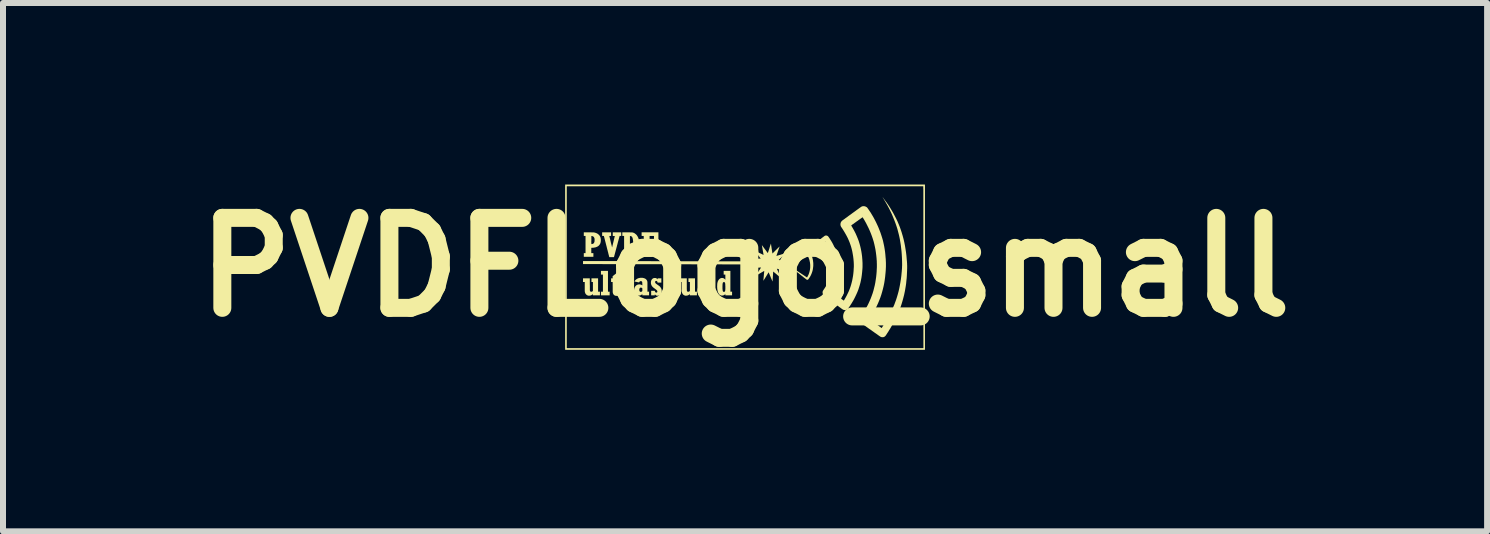
<source format=kicad_pcb>
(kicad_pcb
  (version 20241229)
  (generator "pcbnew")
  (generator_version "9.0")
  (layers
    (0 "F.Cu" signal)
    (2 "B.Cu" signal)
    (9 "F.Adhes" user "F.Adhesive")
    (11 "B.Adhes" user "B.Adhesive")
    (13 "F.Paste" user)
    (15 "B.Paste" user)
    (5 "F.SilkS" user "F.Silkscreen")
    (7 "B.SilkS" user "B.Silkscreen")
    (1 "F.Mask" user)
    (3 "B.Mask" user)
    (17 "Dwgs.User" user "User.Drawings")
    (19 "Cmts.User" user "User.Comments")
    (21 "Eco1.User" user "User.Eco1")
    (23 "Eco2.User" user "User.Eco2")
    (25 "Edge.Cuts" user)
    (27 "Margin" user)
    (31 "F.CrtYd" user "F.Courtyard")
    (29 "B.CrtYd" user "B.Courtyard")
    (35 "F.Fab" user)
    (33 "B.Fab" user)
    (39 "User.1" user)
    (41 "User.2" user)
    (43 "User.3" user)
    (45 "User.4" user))
  (footprint "PVDFLogo_small"
    (layer "F.Cu")
    (at 9.371 1.404)
    (property "Reference" "PVDFLogo_small" (at 0 0 0) (layer "F.SilkS") (effects (font (size 1.5 1.5) (thickness 0.3))))
    (attr board_only exclude_from_pos_files exclude_from_bom)
    (fp_poly (pts (xy -2.285 0.236) (xy -2.285 0.409) (xy -2.271 0.409) (xy -2.257 0.409) (xy -2.257 0.44) (xy -2.257 0.47) (xy -2.329 0.47) (xy -2.402 0.47) (xy -2.402 0.44) (xy -2.402 0.409) (xy -2.386 0.409) (xy -2.369 0.409) (xy -2.369 0.266) (xy -2.369 0.124) (xy -2.386 0.124) (xy -2.402 0.124) (xy -2.402 0.093) (xy -2.402 0.062) (xy -2.343 0.062) (xy -2.285 0.062)) (stroke (width 0) (type solid)) (fill yes) (layer "F.SilkS"))
    (fp_poly (pts (xy -1.444 -0.516) (xy -1.444 -0.452) (xy -1.481 -0.452) (xy -1.518 -0.452) (xy -1.518 -0.486) (xy -1.518 -0.52) (xy -1.555 -0.52) (xy -1.591 -0.52) (xy -1.591 -0.466) (xy -1.591 -0.412) (xy -1.564 -0.412) (xy -1.536 -0.412) (xy -1.536 -0.381) (xy -1.536 -0.35) (xy -1.564 -0.35) (xy -1.591 -0.35) (xy -1.591 -0.292) (xy -1.591 -0.234) (xy -1.572 -0.234) (xy -1.552 -0.234) (xy -1.552 -0.204) (xy -1.552 -0.173) (xy -1.638 -0.173) (xy -1.724 -0.173) (xy -1.724 -0.204) (xy -1.724 -0.234) (xy -1.707 -0.234) (xy -1.689 -0.234) (xy -1.689 -0.377) (xy -1.689 -0.52) (xy -1.707 -0.52) (xy -1.724 -0.52) (xy -1.724 -0.55) (xy -1.724 -0.581) (xy -1.584 -0.581) (xy -1.444 -0.581)) (stroke (width 0) (type solid)) (fill yes) (layer "F.SilkS"))
    (fp_poly (pts (xy -1.876 0.228) (xy -1.876 0.276) (xy -1.882 0.276) (xy -1.893 0.278) (xy -1.903 0.281) (xy -1.911 0.286) (xy -1.918 0.291) (xy -1.924 0.299) (xy -1.93 0.307) (xy -1.934 0.317) (xy -1.936 0.327) (xy -1.937 0.332) (xy -1.938 0.338) (xy -1.939 0.346) (xy -1.939 0.354) (xy -1.94 0.364) (xy -1.94 0.375) (xy -1.94 0.383) (xy -1.94 0.409) (xy -1.923 0.409) (xy -1.906 0.409) (xy -1.906 0.44) (xy -1.906 0.47) (xy -1.98 0.47) (xy -2.055 0.47) (xy -2.055 0.44) (xy -2.055 0.409) (xy -2.04 0.409) (xy -2.024 0.409) (xy -2.024 0.328) (xy -2.024 0.247) (xy -2.04 0.247) (xy -2.055 0.247) (xy -2.055 0.217) (xy -2.055 0.186) (xy -1.998 0.186) (xy -1.94 0.186) (xy -1.94 0.214) (xy -1.939 0.242) (xy -1.936 0.231) (xy -1.931 0.219) (xy -1.927 0.209) (xy -1.921 0.2) (xy -1.915 0.193) (xy -1.909 0.188) (xy -1.904 0.185) (xy -1.898 0.183) (xy -1.891 0.181) (xy -1.885 0.18) (xy -1.881 0.18) (xy -1.876 0.18)) (stroke (width 0) (type solid)) (fill yes) (layer "F.SilkS"))
    (fp_poly (pts (xy -2.588 0.286) (xy -2.587 0.304) (xy -2.587 0.319) (xy -2.587 0.334) (xy -2.587 0.346) (xy -2.587 0.357) (xy -2.587 0.366) (xy -2.587 0.373) (xy -2.587 0.38) (xy -2.587 0.384) (xy -2.586 0.388) (xy -2.586 0.39) (xy -2.586 0.391) (xy -2.584 0.398) (xy -2.581 0.403) (xy -2.577 0.407) (xy -2.572 0.409) (xy -2.566 0.41) (xy -2.564 0.41) (xy -2.559 0.41) (xy -2.556 0.41) (xy -2.554 0.409) (xy -2.551 0.408) (xy -2.547 0.405) (xy -2.543 0.403) (xy -2.541 0.401) (xy -2.536 0.398) (xy -2.536 0.322) (xy -2.536 0.247) (xy -2.548 0.247) (xy -2.56 0.247) (xy -2.56 0.217) (xy -2.56 0.186) (xy -2.505 0.186) (xy -2.45 0.186) (xy -2.45 0.297) (xy -2.45 0.409) (xy -2.434 0.409) (xy -2.419 0.409) (xy -2.419 0.44) (xy -2.419 0.47) (xy -2.477 0.47) (xy -2.536 0.47) (xy -2.536 0.46) (xy -2.536 0.45) (xy -2.539 0.452) (xy -2.545 0.456) (xy -2.552 0.461) (xy -2.559 0.465) (xy -2.566 0.469) (xy -2.572 0.471) (xy -2.573 0.471) (xy -2.582 0.474) (xy -2.591 0.475) (xy -2.601 0.476) (xy -2.61 0.475) (xy -2.615 0.475) (xy -2.626 0.471) (xy -2.636 0.466) (xy -2.644 0.46) (xy -2.652 0.452) (xy -2.659 0.443) (xy -2.664 0.433) (xy -2.667 0.424) (xy -2.668 0.421) (xy -2.669 0.418) (xy -2.67 0.416) (xy -2.67 0.413) (xy -2.671 0.41) (xy -2.671 0.407) (xy -2.671 0.403) (xy -2.672 0.399) (xy -2.672 0.394) (xy -2.672 0.387) (xy -2.672 0.38) (xy -2.672 0.372) (xy -2.672 0.363) (xy -2.672 0.352) (xy -2.672 0.339) (xy -2.672 0.325) (xy -2.672 0.323) (xy -2.672 0.247) (xy -2.687 0.247) (xy -2.701 0.247) (xy -2.701 0.217) (xy -2.701 0.186) (xy -2.645 0.186) (xy -2.588 0.186)) (stroke (width 0) (type solid)) (fill yes) (layer "F.SilkS"))
    (fp_poly (pts (xy -0.971 0.286) (xy -0.971 0.304) (xy -0.971 0.319) (xy -0.971 0.334) (xy -0.971 0.346) (xy -0.971 0.357) (xy -0.971 0.366) (xy -0.97 0.373) (xy -0.97 0.38) (xy -0.97 0.384) (xy -0.97 0.388) (xy -0.97 0.39) (xy -0.97 0.391) (xy -0.967 0.398) (xy -0.965 0.403) (xy -0.961 0.407) (xy -0.956 0.409) (xy -0.95 0.41) (xy -0.947 0.41) (xy -0.943 0.41) (xy -0.94 0.41) (xy -0.937 0.409) (xy -0.935 0.408) (xy -0.931 0.405) (xy -0.926 0.403) (xy -0.924 0.401) (xy -0.919 0.398) (xy -0.919 0.322) (xy -0.919 0.247) (xy -0.931 0.247) (xy -0.943 0.247) (xy -0.943 0.217) (xy -0.943 0.186) (xy -0.889 0.186) (xy -0.834 0.186) (xy -0.834 0.297) (xy -0.834 0.409) (xy -0.818 0.409) (xy -0.802 0.409) (xy -0.802 0.44) (xy -0.802 0.47) (xy -0.861 0.47) (xy -0.919 0.47) (xy -0.919 0.46) (xy -0.92 0.45) (xy -0.923 0.452) (xy -0.928 0.456) (xy -0.935 0.461) (xy -0.942 0.465) (xy -0.95 0.469) (xy -0.956 0.471) (xy -0.956 0.471) (xy -0.965 0.474) (xy -0.975 0.475) (xy -0.985 0.476) (xy -0.994 0.475) (xy -0.999 0.475) (xy -1.009 0.471) (xy -1.019 0.466) (xy -1.028 0.46) (xy -1.036 0.452) (xy -1.042 0.443) (xy -1.048 0.433) (xy -1.051 0.424) (xy -1.052 0.421) (xy -1.052 0.418) (xy -1.053 0.416) (xy -1.054 0.413) (xy -1.054 0.41) (xy -1.055 0.407) (xy -1.055 0.403) (xy -1.055 0.399) (xy -1.055 0.394) (xy -1.056 0.387) (xy -1.056 0.38) (xy -1.056 0.372) (xy -1.056 0.363) (xy -1.056 0.352) (xy -1.056 0.339) (xy -1.056 0.325) (xy -1.056 0.323) (xy -1.056 0.247) (xy -1.07 0.247) (xy -1.085 0.247) (xy -1.085 0.217) (xy -1.085 0.186) (xy -1.028 0.186) (xy -0.971 0.186)) (stroke (width 0) (type solid)) (fill yes) (layer "F.SilkS"))
    (fp_poly (pts (xy -0.594 0.181) (xy -0.587 0.181) (xy -0.581 0.182) (xy -0.577 0.182) (xy -0.576 0.183) (xy -0.566 0.187) (xy -0.557 0.193) (xy -0.548 0.2) (xy -0.541 0.208) (xy -0.535 0.218) (xy -0.53 0.229) (xy -0.527 0.241) (xy -0.524 0.255) (xy -0.524 0.255) (xy -0.524 0.258) (xy -0.524 0.262) (xy -0.524 0.269) (xy -0.524 0.276) (xy -0.524 0.286) (xy -0.523 0.297) (xy -0.523 0.309) (xy -0.523 0.322) (xy -0.523 0.336) (xy -0.523 0.409) (xy -0.509 0.409) (xy -0.495 0.409) (xy -0.495 0.44) (xy -0.495 0.47) (xy -0.552 0.47) (xy -0.609 0.47) (xy -0.609 0.372) (xy -0.609 0.356) (xy -0.609 0.341) (xy -0.609 0.328) (xy -0.609 0.316) (xy -0.609 0.306) (xy -0.609 0.298) (xy -0.609 0.29) (xy -0.609 0.284) (xy -0.609 0.278) (xy -0.61 0.274) (xy -0.61 0.27) (xy -0.61 0.267) (xy -0.611 0.264) (xy -0.611 0.262) (xy -0.611 0.26) (xy -0.612 0.259) (xy -0.613 0.257) (xy -0.613 0.256) (xy -0.613 0.256) (xy -0.617 0.251) (xy -0.621 0.248) (xy -0.626 0.246) (xy -0.632 0.246) (xy -0.639 0.247) (xy -0.645 0.249) (xy -0.652 0.253) (xy -0.655 0.255) (xy -0.66 0.259) (xy -0.66 0.334) (xy -0.66 0.409) (xy -0.648 0.409) (xy -0.636 0.409) (xy -0.636 0.44) (xy -0.636 0.47) (xy -0.706 0.47) (xy -0.777 0.47) (xy -0.777 0.44) (xy -0.777 0.409) (xy -0.761 0.409) (xy -0.745 0.409) (xy -0.745 0.328) (xy -0.745 0.247) (xy -0.761 0.247) (xy -0.777 0.247) (xy -0.777 0.217) (xy -0.777 0.186) (xy -0.719 0.186) (xy -0.66 0.186) (xy -0.66 0.2) (xy -0.66 0.205) (xy -0.66 0.21) (xy -0.66 0.213) (xy -0.659 0.214) (xy -0.659 0.215) (xy -0.658 0.214) (xy -0.657 0.212) (xy -0.656 0.211) (xy -0.653 0.206) (xy -0.649 0.201) (xy -0.644 0.196) (xy -0.639 0.192) (xy -0.637 0.191) (xy -0.629 0.187) (xy -0.621 0.183) (xy -0.612 0.181) (xy -0.601 0.181)) (stroke (width 0) (type solid)) (fill yes) (layer "F.SilkS"))
    (fp_poly (pts (xy -2.122 0.085) (xy -2.121 0.087) (xy -2.121 0.091) (xy -2.121 0.097) (xy -2.121 0.103) (xy -2.121 0.111) (xy -2.121 0.12) (xy -2.121 0.129) (xy -2.121 0.135) (xy -2.121 0.186) (xy -2.104 0.186) (xy -2.087 0.186) (xy -2.087 0.217) (xy -2.087 0.247) (xy -2.104 0.247) (xy -2.121 0.247) (xy -2.121 0.317) (xy -2.121 0.331) (xy -2.121 0.343) (xy -2.121 0.353) (xy -2.121 0.362) (xy -2.121 0.37) (xy -2.121 0.376) (xy -2.121 0.381) (xy -2.12 0.386) (xy -2.12 0.389) (xy -2.12 0.392) (xy -2.119 0.395) (xy -2.119 0.396) (xy -2.118 0.398) (xy -2.117 0.399) (xy -2.117 0.401) (xy -2.117 0.401) (xy -2.113 0.405) (xy -2.109 0.407) (xy -2.103 0.408) (xy -2.097 0.408) (xy -2.093 0.408) (xy -2.09 0.407) (xy -2.088 0.406) (xy -2.087 0.406) (xy -2.087 0.407) (xy -2.087 0.41) (xy -2.087 0.414) (xy -2.087 0.419) (xy -2.087 0.425) (xy -2.087 0.432) (xy -2.087 0.438) (xy -2.087 0.47) (xy -2.098 0.473) (xy -2.103 0.474) (xy -2.109 0.476) (xy -2.115 0.477) (xy -2.118 0.477) (xy -2.123 0.478) (xy -2.13 0.478) (xy -2.137 0.479) (xy -2.143 0.479) (xy -2.149 0.478) (xy -2.154 0.478) (xy -2.155 0.478) (xy -2.165 0.475) (xy -2.174 0.471) (xy -2.182 0.466) (xy -2.189 0.459) (xy -2.195 0.451) (xy -2.2 0.441) (xy -2.203 0.43) (xy -2.205 0.425) (xy -2.205 0.423) (xy -2.205 0.422) (xy -2.205 0.42) (xy -2.205 0.417) (xy -2.206 0.414) (xy -2.206 0.41) (xy -2.206 0.406) (xy -2.206 0.4) (xy -2.206 0.393) (xy -2.206 0.386) (xy -2.206 0.376) (xy -2.206 0.366) (xy -2.206 0.353) (xy -2.206 0.339) (xy -2.206 0.333) (xy -2.207 0.247) (xy -2.22 0.247) (xy -2.233 0.247) (xy -2.233 0.217) (xy -2.233 0.186) (xy -2.22 0.186) (xy -2.207 0.186) (xy -2.207 0.168) (xy -2.207 0.15) (xy -2.164 0.117) (xy -2.157 0.111) (xy -2.149 0.105) (xy -2.143 0.1) (xy -2.137 0.095) (xy -2.131 0.091) (xy -2.127 0.088) (xy -2.124 0.085) (xy -2.122 0.084) (xy -2.122 0.084)) (stroke (width 0) (type solid)) (fill yes) (layer "F.SilkS"))
    (fp_poly (pts (xy -2.233 -0.55) (xy -2.233 -0.52) (xy -2.248 -0.52) (xy -2.253 -0.52) (xy -2.257 -0.519) (xy -2.26 -0.519) (xy -2.262 -0.519) (xy -2.262 -0.519) (xy -2.262 -0.518) (xy -2.262 -0.515) (xy -2.261 -0.511) (xy -2.259 -0.506) (xy -2.258 -0.499) (xy -2.256 -0.491) (xy -2.254 -0.482) (xy -2.251 -0.473) (xy -2.249 -0.463) (xy -2.246 -0.452) (xy -2.244 -0.441) (xy -2.241 -0.429) (xy -2.238 -0.418) (xy -2.236 -0.407) (xy -2.233 -0.396) (xy -2.23 -0.385) (xy -2.228 -0.375) (xy -2.225 -0.365) (xy -2.223 -0.356) (xy -2.221 -0.349) (xy -2.22 -0.342) (xy -2.218 -0.336) (xy -2.217 -0.332) (xy -2.217 -0.329) (xy -2.216 -0.328) (xy -2.216 -0.328) (xy -2.216 -0.329) (xy -2.216 -0.331) (xy -2.215 -0.334) (xy -2.215 -0.335) (xy -2.214 -0.337) (xy -2.213 -0.34) (xy -2.212 -0.345) (xy -2.211 -0.352) (xy -2.209 -0.36) (xy -2.207 -0.368) (xy -2.204 -0.378) (xy -2.202 -0.389) (xy -2.199 -0.4) (xy -2.196 -0.413) (xy -2.193 -0.425) (xy -2.192 -0.43) (xy -2.171 -0.519) (xy -2.188 -0.519) (xy -2.205 -0.52) (xy -2.205 -0.55) (xy -2.205 -0.581) (xy -2.134 -0.581) (xy -2.064 -0.581) (xy -2.064 -0.55) (xy -2.064 -0.52) (xy -2.077 -0.52) (xy -2.091 -0.52) (xy -2.092 -0.517) (xy -2.092 -0.515) (xy -2.093 -0.512) (xy -2.094 -0.508) (xy -2.096 -0.502) (xy -2.098 -0.494) (xy -2.1 -0.486) (xy -2.103 -0.475) (xy -2.106 -0.464) (xy -2.109 -0.452) (xy -2.113 -0.438) (xy -2.117 -0.424) (xy -2.121 -0.409) (xy -2.125 -0.393) (xy -2.129 -0.377) (xy -2.134 -0.36) (xy -2.138 -0.342) (xy -2.139 -0.34) (xy -2.185 -0.167) (xy -2.224 -0.167) (xy -2.263 -0.167) (xy -2.269 -0.191) (xy -2.27 -0.194) (xy -2.271 -0.199) (xy -2.273 -0.206) (xy -2.275 -0.214) (xy -2.278 -0.224) (xy -2.28 -0.235) (xy -2.283 -0.247) (xy -2.287 -0.26) (xy -2.29 -0.274) (xy -2.294 -0.288) (xy -2.298 -0.303) (xy -2.302 -0.319) (xy -2.306 -0.336) (xy -2.31 -0.352) (xy -2.314 -0.367) (xy -2.353 -0.52) (xy -2.368 -0.52) (xy -2.382 -0.52) (xy -2.382 -0.55) (xy -2.382 -0.581) (xy -2.308 -0.581) (xy -2.233 -0.581)) (stroke (width 0) (type solid)) (fill yes) (layer "F.SilkS"))
    (fp_poly (pts (xy -2.608 -0.581) (xy -2.594 -0.581) (xy -2.581 -0.581) (xy -2.57 -0.581) (xy -2.56 -0.58) (xy -2.552 -0.58) (xy -2.544 -0.58) (xy -2.538 -0.58) (xy -2.532 -0.58) (xy -2.528 -0.58) (xy -2.524 -0.579) (xy -2.52 -0.579) (xy -2.517 -0.578) (xy -2.514 -0.578) (xy -2.511 -0.577) (xy -2.507 -0.576) (xy -2.504 -0.576) (xy -2.501 -0.575) (xy -2.486 -0.57) (xy -2.471 -0.564) (xy -2.458 -0.557) (xy -2.447 -0.548) (xy -2.436 -0.539) (xy -2.427 -0.528) (xy -2.419 -0.516) (xy -2.417 -0.511) (xy -2.412 -0.501) (xy -2.409 -0.491) (xy -2.407 -0.481) (xy -2.405 -0.47) (xy -2.404 -0.457) (xy -2.404 -0.449) (xy -2.405 -0.435) (xy -2.406 -0.421) (xy -2.409 -0.409) (xy -2.412 -0.398) (xy -2.417 -0.387) (xy -2.423 -0.377) (xy -2.424 -0.376) (xy -2.432 -0.366) (xy -2.441 -0.356) (xy -2.452 -0.348) (xy -2.465 -0.341) (xy -2.479 -0.335) (xy -2.494 -0.33) (xy -2.51 -0.327) (xy -2.528 -0.324) (xy -2.547 -0.323) (xy -2.563 -0.322) (xy -2.563 -0.278) (xy -2.563 -0.234) (xy -2.545 -0.234) (xy -2.528 -0.234) (xy -2.528 -0.204) (xy -2.528 -0.173) (xy -2.608 -0.173) (xy -2.688 -0.173) (xy -2.688 -0.204) (xy -2.688 -0.234) (xy -2.674 -0.234) (xy -2.659 -0.234) (xy -2.659 -0.377) (xy -2.659 -0.422) (xy -2.563 -0.422) (xy -2.563 -0.413) (xy -2.562 -0.405) (xy -2.562 -0.399) (xy -2.562 -0.393) (xy -2.562 -0.389) (xy -2.562 -0.387) (xy -2.562 -0.386) (xy -2.561 -0.385) (xy -2.558 -0.385) (xy -2.554 -0.385) (xy -2.55 -0.386) (xy -2.544 -0.387) (xy -2.543 -0.387) (xy -2.535 -0.39) (xy -2.528 -0.394) (xy -2.522 -0.399) (xy -2.517 -0.406) (xy -2.516 -0.409) (xy -2.514 -0.414) (xy -2.512 -0.419) (xy -2.51 -0.423) (xy -2.51 -0.428) (xy -2.509 -0.433) (xy -2.509 -0.439) (xy -2.508 -0.447) (xy -2.508 -0.452) (xy -2.508 -0.459) (xy -2.508 -0.464) (xy -2.509 -0.468) (xy -2.509 -0.472) (xy -2.509 -0.475) (xy -2.51 -0.477) (xy -2.51 -0.48) (xy -2.51 -0.48) (xy -2.514 -0.49) (xy -2.519 -0.499) (xy -2.524 -0.506) (xy -2.531 -0.511) (xy -2.539 -0.515) (xy -2.548 -0.518) (xy -2.557 -0.519) (xy -2.562 -0.519) (xy -2.562 -0.453) (xy -2.562 -0.442) (xy -2.563 -0.432) (xy -2.563 -0.422) (xy -2.659 -0.422) (xy -2.659 -0.52) (xy -2.674 -0.52) (xy -2.688 -0.52) (xy -2.688 -0.55) (xy -2.688 -0.581)) (stroke (width 0) (type solid)) (fill yes) (layer "F.SilkS"))
    (fp_poly (pts (xy 3 0.000465) (xy 3 1.378) (xy 0.001 1.378) (xy -2.999 1.378) (xy -2.999 1.35) (xy -2.972 1.35) (xy 0.001 1.35) (xy 2.974 1.35) (xy 2.973 0.000233) (xy 2.973 -0.06) (xy 2.973 -0.119) (xy 2.973 -0.176) (xy 2.973 -0.231) (xy 2.973 -0.284) (xy 2.973 -0.336) (xy 2.973 -0.386) (xy 2.973 -0.434) (xy 2.973 -0.481) (xy 2.973 -0.526) (xy 2.973 -0.569) (xy 2.973 -0.611) (xy 2.973 -0.651) (xy 2.973 -0.69) (xy 2.973 -0.728) (xy 2.973 -0.764) (xy 2.973 -0.798) (xy 2.973 -0.831) (xy 2.973 -0.863) (xy 2.973 -0.894) (xy 2.973 -0.923) (xy 2.973 -0.951) (xy 2.973 -0.978) (xy 2.973 -1.003) (xy 2.973 -1.027) (xy 2.973 -1.051) (xy 2.973 -1.073) (xy 2.973 -1.093) (xy 2.973 -1.113) (xy 2.973 -1.132) (xy 2.973 -1.15) (xy 2.973 -1.167) (xy 2.973 -1.182) (xy 2.973 -1.197) (xy 2.973 -1.211) (xy 2.973 -1.224) (xy 2.973 -1.237) (xy 2.973 -1.248) (xy 2.973 -1.259) (xy 2.973 -1.269) (xy 2.973 -1.278) (xy 2.973 -1.286) (xy 2.973 -1.294) (xy 2.972 -1.301) (xy 2.972 -1.307) (xy 2.972 -1.313) (xy 2.972 -1.319) (xy 2.972 -1.323) (xy 2.972 -1.328) (xy 2.972 -1.331) (xy 2.972 -1.335) (xy 2.972 -1.338) (xy 2.972 -1.34) (xy 2.972 -1.342) (xy 2.972 -1.344) (xy 2.972 -1.345) (xy 2.972 -1.347) (xy 2.972 -1.348) (xy 2.972 -1.348) (xy 2.972 -1.349) (xy 2.972 -1.349) (xy 2.971 -1.349) (xy 2.971 -1.349) (xy 2.97 -1.349) (xy 2.968 -1.349) (xy 2.963 -1.349) (xy 2.957 -1.349) (xy 2.948 -1.349) (xy 2.939 -1.349) (xy 2.927 -1.349) (xy 2.913 -1.349) (xy 2.898 -1.349) (xy 2.882 -1.349) (xy 2.863 -1.349) (xy 2.843 -1.349) (xy 2.822 -1.349) (xy 2.799 -1.349) (xy 2.774 -1.349) (xy 2.748 -1.349) (xy 2.72 -1.349) (xy 2.691 -1.349) (xy 2.66 -1.349) (xy 2.628 -1.349) (xy 2.595 -1.349) (xy 2.56 -1.349) (xy 2.523 -1.349) (xy 2.486 -1.349) (xy 2.447 -1.349) (xy 2.407 -1.349) (xy 2.365 -1.349) (xy 2.322 -1.349) (xy 2.278 -1.349) (xy 2.233 -1.349) (xy 2.186 -1.349) (xy 2.139 -1.349) (xy 2.09 -1.349) (xy 2.04 -1.349) (xy 1.989 -1.349) (xy 1.937 -1.349) (xy 1.883 -1.349) (xy 1.829 -1.349) (xy 1.774 -1.349) (xy 1.718 -1.349) (xy 1.66 -1.349) (xy 1.602 -1.349) (xy 1.543 -1.349) (xy 1.483 -1.349) (xy 1.422 -1.349) (xy 1.36 -1.349) (xy 1.297 -1.349) (xy 1.234 -1.349) (xy 1.17 -1.349) (xy 1.105 -1.349) (xy 1.039 -1.349) (xy 0.972 -1.349) (xy 0.905 -1.349) (xy 0.837 -1.349) (xy 0.768 -1.349) (xy 0.699 -1.349) (xy 0.629 -1.349) (xy 0.559 -1.349) (xy 0.487 -1.349) (xy 0.416 -1.349) (xy 0.344 -1.349) (xy 0.271 -1.349) (xy 0.198 -1.349) (xy 0.124 -1.349) (xy 0.05 -1.349) (xy -0.001 -1.349) (xy -2.972 -1.349) (xy -2.972 0.000465) (xy -2.972 1.35) (xy -2.999 1.35) (xy -2.999 0.000465) (xy -2.999 -1.377) (xy 0.001 -1.377) (xy 3 -1.377)) (stroke (width 0) (type solid)) (fill yes) (layer "F.SilkS"))
    (fp_poly (pts (xy -0.244 0.236) (xy -0.244 0.409) (xy -0.23 0.409) (xy -0.216 0.409) (xy -0.216 0.44) (xy -0.216 0.47) (xy -0.272 0.47) (xy -0.328 0.47) (xy -0.328 0.46) (xy -0.328 0.455) (xy -0.328 0.452) (xy -0.329 0.45) (xy -0.329 0.449) (xy -0.33 0.45) (xy -0.331 0.451) (xy -0.332 0.453) (xy -0.335 0.455) (xy -0.339 0.458) (xy -0.343 0.461) (xy -0.347 0.464) (xy -0.351 0.466) (xy -0.353 0.467) (xy -0.362 0.471) (xy -0.372 0.473) (xy -0.383 0.474) (xy -0.393 0.473) (xy -0.398 0.473) (xy -0.402 0.472) (xy -0.406 0.47) (xy -0.411 0.468) (xy -0.412 0.467) (xy -0.418 0.463) (xy -0.425 0.458) (xy -0.432 0.452) (xy -0.437 0.444) (xy -0.441 0.439) (xy -0.447 0.426) (xy -0.453 0.412) (xy -0.457 0.397) (xy -0.46 0.38) (xy -0.463 0.362) (xy -0.464 0.342) (xy -0.465 0.322) (xy -0.376 0.322) (xy -0.376 0.334) (xy -0.376 0.343) (xy -0.376 0.356) (xy -0.375 0.367) (xy -0.374 0.377) (xy -0.373 0.385) (xy -0.372 0.392) (xy -0.371 0.397) (xy -0.369 0.402) (xy -0.367 0.405) (xy -0.365 0.407) (xy -0.364 0.408) (xy -0.359 0.411) (xy -0.353 0.412) (xy -0.347 0.412) (xy -0.342 0.41) (xy -0.338 0.407) (xy -0.335 0.403) (xy -0.333 0.398) (xy -0.331 0.391) (xy -0.329 0.382) (xy -0.329 0.377) (xy -0.329 0.372) (xy -0.328 0.366) (xy -0.328 0.359) (xy -0.328 0.351) (xy -0.328 0.342) (xy -0.328 0.333) (xy -0.328 0.323) (xy -0.328 0.314) (xy -0.329 0.305) (xy -0.329 0.297) (xy -0.329 0.289) (xy -0.33 0.283) (xy -0.33 0.278) (xy -0.33 0.275) (xy -0.332 0.268) (xy -0.334 0.261) (xy -0.336 0.256) (xy -0.339 0.253) (xy -0.34 0.252) (xy -0.344 0.25) (xy -0.35 0.249) (xy -0.355 0.249) (xy -0.357 0.249) (xy -0.361 0.251) (xy -0.366 0.255) (xy -0.369 0.259) (xy -0.37 0.261) (xy -0.371 0.266) (xy -0.373 0.272) (xy -0.374 0.28) (xy -0.375 0.289) (xy -0.375 0.299) (xy -0.376 0.31) (xy -0.376 0.322) (xy -0.465 0.322) (xy -0.465 0.321) (xy -0.464 0.311) (xy -0.464 0.297) (xy -0.463 0.283) (xy -0.462 0.271) (xy -0.46 0.26) (xy -0.457 0.25) (xy -0.455 0.242) (xy -0.45 0.23) (xy -0.444 0.219) (xy -0.437 0.209) (xy -0.43 0.2) (xy -0.421 0.193) (xy -0.412 0.187) (xy -0.402 0.183) (xy -0.397 0.182) (xy -0.393 0.181) (xy -0.388 0.18) (xy -0.382 0.18) (xy -0.379 0.181) (xy -0.37 0.181) (xy -0.363 0.183) (xy -0.356 0.186) (xy -0.349 0.19) (xy -0.345 0.193) (xy -0.34 0.197) (xy -0.336 0.201) (xy -0.333 0.205) (xy -0.331 0.207) (xy -0.33 0.209) (xy -0.329 0.21) (xy -0.329 0.21) (xy -0.329 0.209) (xy -0.329 0.207) (xy -0.328 0.203) (xy -0.328 0.197) (xy -0.328 0.191) (xy -0.328 0.183) (xy -0.328 0.175) (xy -0.328 0.167) (xy -0.328 0.124) (xy -0.342 0.124) (xy -0.356 0.124) (xy -0.356 0.093) (xy -0.356 0.062) (xy -0.3 0.062) (xy -0.244 0.062)) (stroke (width 0) (type solid)) (fill yes) (layer "F.SilkS"))
    (fp_poly (pts (xy -1.503 0.181) (xy -1.498 0.181) (xy -1.494 0.181) (xy -1.491 0.181) (xy -1.488 0.182) (xy -1.485 0.183) (xy -1.485 0.183) (xy -1.478 0.186) (xy -1.472 0.19) (xy -1.465 0.196) (xy -1.464 0.197) (xy -1.457 0.203) (xy -1.457 0.194) (xy -1.457 0.186) (xy -1.426 0.186) (xy -1.395 0.186) (xy -1.395 0.222) (xy -1.395 0.258) (xy -1.426 0.258) (xy -1.435 0.258) (xy -1.442 0.258) (xy -1.447 0.258) (xy -1.451 0.258) (xy -1.454 0.258) (xy -1.455 0.258) (xy -1.457 0.258) (xy -1.457 0.257) (xy -1.457 0.257) (xy -1.457 0.257) (xy -1.458 0.255) (xy -1.458 0.252) (xy -1.46 0.248) (xy -1.46 0.247) (xy -1.463 0.241) (xy -1.466 0.235) (xy -1.47 0.232) (xy -1.475 0.23) (xy -1.481 0.229) (xy -1.487 0.23) (xy -1.491 0.232) (xy -1.495 0.235) (xy -1.498 0.24) (xy -1.499 0.246) (xy -1.499 0.248) (xy -1.499 0.253) (xy -1.498 0.257) (xy -1.497 0.26) (xy -1.494 0.264) (xy -1.491 0.268) (xy -1.487 0.273) (xy -1.482 0.277) (xy -1.475 0.282) (xy -1.467 0.288) (xy -1.457 0.295) (xy -1.457 0.295) (xy -1.445 0.303) (xy -1.435 0.311) (xy -1.427 0.317) (xy -1.42 0.323) (xy -1.416 0.327) (xy -1.412 0.332) (xy -1.408 0.338) (xy -1.404 0.344) (xy -1.4 0.351) (xy -1.397 0.356) (xy -1.395 0.36) (xy -1.392 0.371) (xy -1.39 0.383) (xy -1.389 0.395) (xy -1.389 0.408) (xy -1.391 0.42) (xy -1.394 0.431) (xy -1.396 0.435) (xy -1.4 0.445) (xy -1.407 0.454) (xy -1.414 0.461) (xy -1.422 0.467) (xy -1.431 0.472) (xy -1.434 0.473) (xy -1.437 0.474) (xy -1.44 0.475) (xy -1.444 0.475) (xy -1.448 0.475) (xy -1.453 0.476) (xy -1.455 0.476) (xy -1.462 0.476) (xy -1.467 0.475) (xy -1.472 0.475) (xy -1.473 0.475) (xy -1.479 0.473) (xy -1.485 0.47) (xy -1.491 0.465) (xy -1.496 0.46) (xy -1.504 0.452) (xy -1.504 0.461) (xy -1.504 0.47) (xy -1.535 0.47) (xy -1.565 0.47) (xy -1.565 0.432) (xy -1.565 0.394) (xy -1.535 0.394) (xy -1.527 0.394) (xy -1.521 0.394) (xy -1.515 0.394) (xy -1.51 0.394) (xy -1.506 0.395) (xy -1.504 0.395) (xy -1.504 0.395) (xy -1.504 0.396) (xy -1.503 0.398) (xy -1.503 0.402) (xy -1.5 0.409) (xy -1.497 0.415) (xy -1.493 0.42) (xy -1.488 0.423) (xy -1.482 0.424) (xy -1.477 0.424) (xy -1.471 0.423) (xy -1.467 0.42) (xy -1.464 0.416) (xy -1.462 0.41) (xy -1.462 0.405) (xy -1.462 0.4) (xy -1.464 0.395) (xy -1.467 0.39) (xy -1.471 0.385) (xy -1.476 0.38) (xy -1.483 0.374) (xy -1.49 0.369) (xy -1.501 0.361) (xy -1.511 0.353) (xy -1.52 0.347) (xy -1.527 0.341) (xy -1.534 0.335) (xy -1.539 0.33) (xy -1.544 0.325) (xy -1.548 0.32) (xy -1.551 0.317) (xy -1.557 0.307) (xy -1.562 0.296) (xy -1.566 0.284) (xy -1.569 0.271) (xy -1.569 0.258) (xy -1.569 0.246) (xy -1.566 0.233) (xy -1.563 0.221) (xy -1.563 0.221) (xy -1.559 0.213) (xy -1.553 0.205) (xy -1.547 0.198) (xy -1.541 0.192) (xy -1.535 0.188) (xy -1.529 0.185) (xy -1.524 0.183) (xy -1.518 0.182) (xy -1.512 0.181) (xy -1.504 0.181)) (stroke (width 0) (type solid)) (fill yes) (layer "F.SilkS"))
    (fp_poly (pts (xy -1.227 0.178) (xy -1.222 0.178) (xy -1.218 0.178) (xy -1.215 0.179) (xy -1.212 0.179) (xy -1.209 0.18) (xy -1.206 0.18) (xy -1.205 0.181) (xy -1.192 0.185) (xy -1.18 0.191) (xy -1.169 0.199) (xy -1.158 0.208) (xy -1.148 0.218) (xy -1.14 0.23) (xy -1.132 0.243) (xy -1.126 0.257) (xy -1.121 0.272) (xy -1.12 0.277) (xy -1.118 0.285) (xy -1.116 0.293) (xy -1.115 0.301) (xy -1.115 0.309) (xy -1.114 0.318) (xy -1.114 0.328) (xy -1.114 0.339) (xy -1.115 0.348) (xy -1.115 0.356) (xy -1.116 0.364) (xy -1.118 0.371) (xy -1.12 0.38) (xy -1.12 0.381) (xy -1.125 0.397) (xy -1.131 0.412) (xy -1.139 0.425) (xy -1.149 0.438) (xy -1.155 0.445) (xy -1.165 0.455) (xy -1.177 0.463) (xy -1.189 0.47) (xy -1.201 0.474) (xy -1.205 0.476) (xy -1.209 0.477) (xy -1.213 0.477) (xy -1.217 0.478) (xy -1.221 0.478) (xy -1.227 0.478) (xy -1.23 0.478) (xy -1.236 0.478) (xy -1.241 0.478) (xy -1.246 0.478) (xy -1.25 0.478) (xy -1.252 0.478) (xy -1.265 0.475) (xy -1.278 0.47) (xy -1.29 0.464) (xy -1.301 0.456) (xy -1.312 0.446) (xy -1.317 0.44) (xy -1.327 0.427) (xy -1.335 0.413) (xy -1.342 0.399) (xy -1.347 0.384) (xy -1.35 0.368) (xy -1.352 0.357) (xy -1.353 0.351) (xy -1.353 0.343) (xy -1.353 0.335) (xy -1.353 0.328) (xy -1.265 0.328) (xy -1.264 0.339) (xy -1.264 0.348) (xy -1.264 0.357) (xy -1.264 0.364) (xy -1.263 0.37) (xy -1.262 0.375) (xy -1.261 0.381) (xy -1.26 0.386) (xy -1.259 0.387) (xy -1.257 0.395) (xy -1.253 0.402) (xy -1.248 0.407) (xy -1.244 0.411) (xy -1.238 0.413) (xy -1.232 0.413) (xy -1.228 0.413) (xy -1.223 0.41) (xy -1.218 0.406) (xy -1.214 0.4) (xy -1.211 0.393) (xy -1.209 0.388) (xy -1.208 0.383) (xy -1.206 0.378) (xy -1.205 0.374) (xy -1.205 0.368) (xy -1.204 0.363) (xy -1.204 0.356) (xy -1.203 0.348) (xy -1.203 0.339) (xy -1.203 0.329) (xy -1.203 0.328) (xy -1.203 0.319) (xy -1.203 0.311) (xy -1.203 0.305) (xy -1.204 0.3) (xy -1.204 0.296) (xy -1.204 0.292) (xy -1.204 0.289) (xy -1.205 0.286) (xy -1.205 0.286) (xy -1.207 0.275) (xy -1.21 0.265) (xy -1.213 0.257) (xy -1.217 0.251) (xy -1.222 0.247) (xy -1.227 0.244) (xy -1.229 0.244) (xy -1.235 0.243) (xy -1.24 0.244) (xy -1.246 0.247) (xy -1.251 0.251) (xy -1.255 0.257) (xy -1.255 0.258) (xy -1.258 0.263) (xy -1.259 0.269) (xy -1.261 0.276) (xy -1.262 0.283) (xy -1.263 0.291) (xy -1.264 0.301) (xy -1.264 0.312) (xy -1.265 0.324) (xy -1.265 0.328) (xy -1.353 0.328) (xy -1.354 0.326) (xy -1.353 0.317) (xy -1.353 0.31) (xy -1.353 0.303) (xy -1.352 0.302) (xy -1.349 0.284) (xy -1.345 0.267) (xy -1.339 0.252) (xy -1.332 0.237) (xy -1.324 0.224) (xy -1.314 0.212) (xy -1.311 0.209) (xy -1.301 0.201) (xy -1.292 0.193) (xy -1.281 0.188) (xy -1.269 0.183) (xy -1.261 0.181) (xy -1.258 0.18) (xy -1.255 0.179) (xy -1.253 0.179) (xy -1.249 0.178) (xy -1.245 0.178) (xy -1.24 0.178) (xy -1.234 0.178) (xy -1.233 0.178)) (stroke (width 0) (type solid)) (fill yes) (layer "F.SilkS"))
    (fp_poly (pts (xy -1.965 -0.581) (xy -1.951 -0.581) (xy -1.938 -0.581) (xy -1.927 -0.581) (xy -1.918 -0.58) (xy -1.91 -0.58) (xy -1.903 -0.58) (xy -1.898 -0.58) (xy -1.893 -0.58) (xy -1.889 -0.58) (xy -1.886 -0.58) (xy -1.883 -0.58) (xy -1.881 -0.579) (xy -1.88 -0.579) (xy -1.878 -0.579) (xy -1.877 -0.579) (xy -1.876 -0.578) (xy -1.864 -0.575) (xy -1.853 -0.571) (xy -1.843 -0.566) (xy -1.839 -0.563) (xy -1.827 -0.554) (xy -1.815 -0.544) (xy -1.804 -0.532) (xy -1.795 -0.518) (xy -1.786 -0.503) (xy -1.779 -0.487) (xy -1.773 -0.47) (xy -1.77 -0.458) (xy -1.767 -0.447) (xy -1.765 -0.435) (xy -1.763 -0.423) (xy -1.762 -0.411) (xy -1.761 -0.397) (xy -1.761 -0.387) (xy -1.761 -0.365) (xy -1.762 -0.343) (xy -1.764 -0.323) (xy -1.768 -0.304) (xy -1.772 -0.285) (xy -1.778 -0.268) (xy -1.784 -0.252) (xy -1.792 -0.237) (xy -1.801 -0.224) (xy -1.81 -0.212) (xy -1.821 -0.202) (xy -1.828 -0.196) (xy -1.834 -0.192) (xy -1.842 -0.187) (xy -1.85 -0.183) (xy -1.858 -0.18) (xy -1.864 -0.178) (xy -1.867 -0.177) (xy -1.87 -0.176) (xy -1.873 -0.176) (xy -1.876 -0.175) (xy -1.879 -0.175) (xy -1.882 -0.174) (xy -1.886 -0.174) (xy -1.891 -0.174) (xy -1.897 -0.173) (xy -1.903 -0.173) (xy -1.91 -0.173) (xy -1.919 -0.173) (xy -1.929 -0.173) (xy -1.94 -0.173) (xy -1.953 -0.173) (xy -1.967 -0.173) (xy -1.969 -0.173) (xy -2.046 -0.173) (xy -2.046 -0.204) (xy -2.046 -0.234) (xy -2.031 -0.234) (xy -2.016 -0.234) (xy -2.016 -0.35) (xy -1.919 -0.35) (xy -1.919 -0.337) (xy -1.919 -0.323) (xy -1.919 -0.31) (xy -1.919 -0.298) (xy -1.919 -0.286) (xy -1.919 -0.276) (xy -1.919 -0.266) (xy -1.919 -0.257) (xy -1.919 -0.25) (xy -1.919 -0.244) (xy -1.919 -0.239) (xy -1.919 -0.236) (xy -1.919 -0.235) (xy -1.919 -0.235) (xy -1.917 -0.235) (xy -1.915 -0.235) (xy -1.911 -0.235) (xy -1.907 -0.236) (xy -1.903 -0.237) (xy -1.901 -0.237) (xy -1.895 -0.24) (xy -1.889 -0.243) (xy -1.885 -0.248) (xy -1.881 -0.254) (xy -1.877 -0.261) (xy -1.874 -0.27) (xy -1.871 -0.28) (xy -1.87 -0.287) (xy -1.868 -0.295) (xy -1.867 -0.304) (xy -1.866 -0.315) (xy -1.865 -0.327) (xy -1.865 -0.339) (xy -1.864 -0.353) (xy -1.864 -0.366) (xy -1.864 -0.38) (xy -1.864 -0.393) (xy -1.864 -0.406) (xy -1.865 -0.42) (xy -1.866 -0.432) (xy -1.867 -0.443) (xy -1.868 -0.453) (xy -1.869 -0.461) (xy -1.871 -0.469) (xy -1.872 -0.477) (xy -1.874 -0.481) (xy -1.877 -0.491) (xy -1.88 -0.498) (xy -1.884 -0.505) (xy -1.889 -0.51) (xy -1.895 -0.514) (xy -1.897 -0.515) (xy -1.9 -0.516) (xy -1.904 -0.517) (xy -1.909 -0.518) (xy -1.913 -0.519) (xy -1.916 -0.519) (xy -1.918 -0.519) (xy -1.919 -0.519) (xy -1.919 -0.518) (xy -1.919 -0.515) (xy -1.919 -0.511) (xy -1.919 -0.505) (xy -1.919 -0.498) (xy -1.919 -0.49) (xy -1.919 -0.48) (xy -1.919 -0.47) (xy -1.919 -0.458) (xy -1.919 -0.446) (xy -1.919 -0.433) (xy -1.919 -0.42) (xy -1.919 -0.406) (xy -1.919 -0.392) (xy -1.919 -0.378) (xy -1.919 -0.364) (xy -1.919 -0.35) (xy -2.016 -0.35) (xy -2.016 -0.377) (xy -2.016 -0.52) (xy -2.031 -0.52) (xy -2.046 -0.52) (xy -2.046 -0.55) (xy -2.046 -0.581)) (stroke (width 0) (type solid)) (fill yes) (layer "F.SilkS"))
    (fp_poly (pts (xy -1.717 0.178) (xy -1.711 0.178) (xy -1.708 0.178) (xy -1.695 0.181) (xy -1.682 0.184) (xy -1.671 0.189) (xy -1.66 0.194) (xy -1.651 0.201) (xy -1.644 0.209) (xy -1.643 0.21) (xy -1.639 0.216) (xy -1.634 0.224) (xy -1.631 0.232) (xy -1.629 0.238) (xy -1.629 0.239) (xy -1.629 0.241) (xy -1.628 0.242) (xy -1.628 0.244) (xy -1.628 0.246) (xy -1.628 0.248) (xy -1.628 0.251) (xy -1.627 0.255) (xy -1.627 0.26) (xy -1.627 0.265) (xy -1.627 0.272) (xy -1.627 0.28) (xy -1.627 0.289) (xy -1.627 0.3) (xy -1.627 0.312) (xy -1.627 0.326) (xy -1.627 0.327) (xy -1.627 0.409) (xy -1.613 0.409) (xy -1.6 0.409) (xy -1.6 0.44) (xy -1.6 0.47) (xy -1.656 0.47) (xy -1.712 0.47) (xy -1.712 0.46) (xy -1.712 0.449) (xy -1.719 0.455) (xy -1.728 0.461) (xy -1.736 0.466) (xy -1.746 0.47) (xy -1.747 0.47) (xy -1.751 0.472) (xy -1.754 0.473) (xy -1.757 0.473) (xy -1.761 0.473) (xy -1.766 0.474) (xy -1.768 0.474) (xy -1.776 0.474) (xy -1.782 0.473) (xy -1.786 0.473) (xy -1.797 0.469) (xy -1.807 0.464) (xy -1.817 0.457) (xy -1.825 0.449) (xy -1.832 0.439) (xy -1.837 0.431) (xy -1.841 0.423) (xy -1.844 0.415) (xy -1.846 0.406) (xy -1.847 0.397) (xy -1.848 0.387) (xy -1.848 0.378) (xy -1.847 0.374) (xy -1.763 0.374) (xy -1.763 0.382) (xy -1.762 0.389) (xy -1.76 0.396) (xy -1.757 0.402) (xy -1.755 0.405) (xy -1.75 0.409) (xy -1.744 0.411) (xy -1.738 0.412) (xy -1.731 0.412) (xy -1.726 0.409) (xy -1.722 0.407) (xy -1.718 0.404) (xy -1.716 0.402) (xy -1.712 0.397) (xy -1.712 0.375) (xy -1.712 0.353) (xy -1.716 0.349) (xy -1.722 0.345) (xy -1.728 0.342) (xy -1.734 0.341) (xy -1.741 0.341) (xy -1.747 0.343) (xy -1.752 0.347) (xy -1.753 0.348) (xy -1.757 0.353) (xy -1.76 0.359) (xy -1.762 0.366) (xy -1.763 0.374) (xy -1.847 0.374) (xy -1.847 0.368) (xy -1.846 0.359) (xy -1.844 0.351) (xy -1.842 0.344) (xy -1.839 0.336) (xy -1.838 0.335) (xy -1.832 0.324) (xy -1.824 0.314) (xy -1.816 0.306) (xy -1.806 0.299) (xy -1.795 0.293) (xy -1.784 0.29) (xy -1.772 0.288) (xy -1.763 0.287) (xy -1.751 0.288) (xy -1.739 0.291) (xy -1.727 0.295) (xy -1.718 0.3) (xy -1.712 0.304) (xy -1.712 0.28) (xy -1.713 0.272) (xy -1.713 0.266) (xy -1.713 0.261) (xy -1.713 0.258) (xy -1.713 0.255) (xy -1.714 0.253) (xy -1.714 0.251) (xy -1.715 0.249) (xy -1.717 0.243) (xy -1.721 0.238) (xy -1.725 0.235) (xy -1.731 0.234) (xy -1.737 0.233) (xy -1.738 0.233) (xy -1.743 0.233) (xy -1.746 0.234) (xy -1.749 0.235) (xy -1.749 0.235) (xy -1.755 0.238) (xy -1.759 0.243) (xy -1.763 0.248) (xy -1.763 0.25) (xy -1.765 0.252) (xy -1.766 0.254) (xy -1.767 0.255) (xy -1.768 0.254) (xy -1.77 0.254) (xy -1.774 0.253) (xy -1.779 0.252) (xy -1.785 0.251) (xy -1.792 0.25) (xy -1.799 0.248) (xy -1.806 0.247) (xy -1.813 0.245) (xy -1.82 0.244) (xy -1.826 0.243) (xy -1.832 0.241) (xy -1.837 0.241) (xy -1.84 0.24) (xy -1.842 0.239) (xy -1.842 0.239) (xy -1.842 0.238) (xy -1.841 0.236) (xy -1.839 0.233) (xy -1.837 0.229) (xy -1.834 0.225) (xy -1.833 0.224) (xy -1.824 0.213) (xy -1.814 0.204) (xy -1.802 0.196) (xy -1.79 0.189) (xy -1.776 0.184) (xy -1.761 0.18) (xy -1.758 0.18) (xy -1.753 0.179) (xy -1.747 0.178) (xy -1.74 0.178) (xy -1.732 0.178) (xy -1.724 0.178)) (stroke (width 0) (type solid)) (fill yes) (layer "F.SilkS"))
    (fp_poly (pts (xy 0.432 -0.392) (xy 0.432 -0.389) (xy 0.433 -0.385) (xy 0.434 -0.38) (xy 0.435 -0.373) (xy 0.436 -0.365) (xy 0.437 -0.355) (xy 0.439 -0.345) (xy 0.441 -0.334) (xy 0.442 -0.323) (xy 0.444 -0.311) (xy 0.444 -0.311) (xy 0.446 -0.298) (xy 0.448 -0.287) (xy 0.449 -0.276) (xy 0.451 -0.266) (xy 0.452 -0.257) (xy 0.454 -0.248) (xy 0.455 -0.241) (xy 0.456 -0.236) (xy 0.456 -0.231) (xy 0.457 -0.229) (xy 0.457 -0.228) (xy 0.458 -0.228) (xy 0.46 -0.23) (xy 0.463 -0.233) (xy 0.467 -0.237) (xy 0.472 -0.242) (xy 0.478 -0.248) (xy 0.484 -0.254) (xy 0.492 -0.262) (xy 0.499 -0.269) (xy 0.508 -0.278) (xy 0.516 -0.286) (xy 0.517 -0.286) (xy 0.525 -0.295) (xy 0.534 -0.303) (xy 0.541 -0.311) (xy 0.549 -0.318) (xy 0.555 -0.324) (xy 0.561 -0.33) (xy 0.566 -0.335) (xy 0.57 -0.339) (xy 0.573 -0.342) (xy 0.575 -0.344) (xy 0.576 -0.344) (xy 0.576 -0.344) (xy 0.576 -0.343) (xy 0.575 -0.341) (xy 0.574 -0.337) (xy 0.572 -0.331) (xy 0.57 -0.324) (xy 0.567 -0.316) (xy 0.564 -0.308) (xy 0.56 -0.298) (xy 0.557 -0.287) (xy 0.553 -0.276) (xy 0.549 -0.265) (xy 0.545 -0.254) (xy 0.542 -0.243) (xy 0.538 -0.232) (xy 0.535 -0.223) (xy 0.532 -0.214) (xy 0.529 -0.206) (xy 0.527 -0.2) (xy 0.525 -0.194) (xy 0.524 -0.19) (xy 0.523 -0.188) (xy 0.523 -0.187) (xy 0.524 -0.187) (xy 0.526 -0.188) (xy 0.53 -0.189) (xy 0.536 -0.191) (xy 0.543 -0.193) (xy 0.551 -0.195) (xy 0.559 -0.198) (xy 0.569 -0.201) (xy 0.58 -0.204) (xy 0.591 -0.207) (xy 0.601 -0.21) (xy 0.612 -0.214) (xy 0.623 -0.217) (xy 0.634 -0.221) (xy 0.644 -0.224) (xy 0.653 -0.226) (xy 0.661 -0.229) (xy 0.668 -0.231) (xy 0.673 -0.232) (xy 0.677 -0.234) (xy 0.68 -0.235) (xy 0.681 -0.235) (xy 0.681 -0.234) (xy 0.68 -0.233) (xy 0.678 -0.231) (xy 0.675 -0.228) (xy 0.671 -0.224) (xy 0.665 -0.219) (xy 0.659 -0.212) (xy 0.651 -0.205) (xy 0.642 -0.196) (xy 0.631 -0.186) (xy 0.622 -0.178) (xy 0.613 -0.17) (xy 0.605 -0.162) (xy 0.597 -0.154) (xy 0.589 -0.147) (xy 0.583 -0.14) (xy 0.577 -0.135) (xy 0.572 -0.13) (xy 0.568 -0.126) (xy 0.565 -0.123) (xy 0.563 -0.121) (xy 0.562 -0.12) (xy 0.562 -0.12) (xy 0.563 -0.12) (xy 0.566 -0.119) (xy 0.57 -0.118) (xy 0.576 -0.117) (xy 0.583 -0.116) (xy 0.591 -0.114) (xy 0.6 -0.112) (xy 0.61 -0.11) (xy 0.621 -0.108) (xy 0.633 -0.106) (xy 0.644 -0.104) (xy 0.656 -0.102) (xy 0.667 -0.1) (xy 0.678 -0.098) (xy 0.688 -0.096) (xy 0.697 -0.094) (xy 0.705 -0.092) (xy 0.712 -0.091) (xy 0.718 -0.09) (xy 0.722 -0.089) (xy 0.724 -0.089) (xy 0.725 -0.088) (xy 0.724 -0.088) (xy 0.722 -0.087) (xy 0.718 -0.086) (xy 0.712 -0.084) (xy 0.705 -0.083) (xy 0.697 -0.08) (xy 0.688 -0.078) (xy 0.678 -0.075) (xy 0.668 -0.072) (xy 0.657 -0.069) (xy 0.645 -0.066) (xy 0.645 -0.066) (xy 0.629 -0.061) (xy 0.616 -0.058) (xy 0.604 -0.054) (xy 0.594 -0.051) (xy 0.586 -0.049) (xy 0.579 -0.047) (xy 0.573 -0.045) (xy 0.569 -0.044) (xy 0.567 -0.043) (xy 0.565 -0.042) (xy 0.565 -0.042) (xy 0.566 -0.042) (xy 0.568 -0.04) (xy 0.572 -0.037) (xy 0.576 -0.033) (xy 0.582 -0.029) (xy 0.588 -0.024) (xy 0.596 -0.018) (xy 0.604 -0.011) (xy 0.613 -0.004) (xy 0.622 0.003) (xy 0.631 0.01) (xy 0.64 0.017) (xy 0.649 0.025) (xy 0.658 0.031) (xy 0.666 0.038) (xy 0.673 0.043) (xy 0.679 0.049) (xy 0.685 0.053) (xy 0.689 0.056) (xy 0.692 0.059) (xy 0.694 0.061) (xy 0.694 0.061) (xy 0.693 0.061) (xy 0.691 0.06) (xy 0.687 0.06) (xy 0.681 0.059) (xy 0.674 0.057) (xy 0.667 0.056) (xy 0.658 0.054) (xy 0.649 0.052) (xy 0.639 0.05) (xy 0.629 0.047) (xy 0.618 0.045) (xy 0.608 0.043) (xy 0.597 0.041) (xy 0.587 0.039) (xy 0.577 0.036) (xy 0.568 0.034) (xy 0.56 0.033) (xy 0.552 0.031) (xy 0.545 0.029) (xy 0.54 0.028) (xy 0.536 0.027) (xy 0.533 0.027) (xy 0.532 0.027) (xy 0.532 0.026) (xy 0.532 0.026) (xy 0.531 0.026) (xy 0.531 0.026) (xy 0.531 0.027) (xy 0.532 0.027) (xy 0.532 0.028) (xy 0.533 0.03) (xy 0.534 0.033) (xy 0.535 0.036) (xy 0.537 0.04) (xy 0.539 0.045) (xy 0.542 0.051) (xy 0.545 0.058) (xy 0.549 0.066) (xy 0.553 0.076) (xy 0.558 0.088) (xy 0.564 0.1) (xy 0.566 0.106) (xy 0.571 0.117) (xy 0.576 0.128) (xy 0.58 0.138) (xy 0.584 0.147) (xy 0.588 0.155) (xy 0.591 0.163) (xy 0.594 0.169) (xy 0.596 0.174) (xy 0.598 0.178) (xy 0.599 0.18) (xy 0.599 0.18) (xy 0.598 0.18) (xy 0.596 0.178) (xy 0.593 0.175) (xy 0.588 0.172) (xy 0.583 0.167) (xy 0.577 0.162) (xy 0.569 0.156) (xy 0.561 0.149) (xy 0.553 0.142) (xy 0.544 0.135) (xy 0.534 0.127) (xy 0.534 0.126) (xy 0.47 0.073) (xy 0.469 0.08) (xy 0.469 0.082) (xy 0.469 0.086) (xy 0.468 0.091) (xy 0.468 0.098) (xy 0.467 0.105) (xy 0.467 0.114) (xy 0.466 0.124) (xy 0.466 0.135) (xy 0.465 0.146) (xy 0.464 0.158) (xy 0.464 0.162) (xy 0.463 0.173) (xy 0.462 0.185) (xy 0.462 0.195) (xy 0.461 0.205) (xy 0.46 0.213) (xy 0.46 0.221) (xy 0.459 0.228) (xy 0.459 0.233) (xy 0.459 0.236) (xy 0.458 0.238) (xy 0.458 0.238) (xy 0.458 0.238) (xy 0.457 0.236) (xy 0.455 0.233) (xy 0.453 0.228) (xy 0.45 0.221) (xy 0.447 0.213) (xy 0.443 0.203) (xy 0.438 0.192) (xy 0.432 0.178) (xy 0.427 0.166) (xy 0.423 0.155) (xy 0.418 0.144) (xy 0.414 0.134) (xy 0.41 0.124) (xy 0.406 0.115) (xy 0.403 0.108) (xy 0.4 0.101) (xy 0.398 0.096) (xy 0.397 0.092) (xy 0.395 0.089) (xy 0.395 0.089) (xy 0.394 0.085) (xy 0.35 0.157) (xy 0.344 0.167) (xy 0.337 0.177) (xy 0.332 0.187) (xy 0.326 0.195) (xy 0.321 0.203) (xy 0.317 0.21) (xy 0.313 0.216) (xy 0.31 0.221) (xy 0.308 0.225) (xy 0.307 0.227) (xy 0.306 0.227) (xy 0.306 0.227) (xy 0.306 0.226) (xy 0.306 0.223) (xy 0.307 0.219) (xy 0.307 0.213) (xy 0.308 0.206) (xy 0.308 0.198) (xy 0.309 0.188) (xy 0.31 0.178) (xy 0.311 0.167) (xy 0.312 0.155) (xy 0.313 0.145) (xy 0.314 0.132) (xy 0.315 0.121) (xy 0.316 0.11) (xy 0.317 0.1) (xy 0.318 0.091) (xy 0.319 0.082) (xy 0.319 0.075) (xy 0.32 0.07) (xy 0.32 0.066) (xy 0.32 0.063) (xy 0.32 0.062) (xy 0.32 0.063) (xy 0.317 0.064) (xy 0.314 0.066) (xy 0.309 0.069) (xy 0.303 0.072) (xy 0.296 0.076) (xy 0.288 0.081) (xy 0.279 0.086) (xy 0.269 0.092) (xy 0.259 0.098) (xy 0.249 0.104) (xy 0.249 0.104) (xy 0.238 0.11) (xy 0.228 0.116) (xy 0.219 0.122) (xy 0.21 0.127) (xy 0.202 0.132) (xy 0.195 0.136) (xy 0.189 0.14) (xy 0.184 0.143) (xy 0.18 0.145) (xy 0.178 0.146) (xy 0.177 0.147) (xy 0.177 0.146) (xy 0.179 0.143) (xy 0.181 0.14) (xy 0.184 0.135) (xy 0.188 0.129) (xy 0.192 0.122) (xy 0.197 0.114) (xy 0.203 0.106) (xy 0.209 0.096) (xy 0.215 0.087) (xy 0.222 0.076) (xy 0.222 0.076) (xy 0.229 0.066) (xy 0.235 0.056) (xy 0.241 0.047) (xy 0.247 0.038) (xy 0.252 0.03) (xy 0.256 0.023) (xy 0.26 0.017) (xy 0.263 0.012) (xy 0.265 0.009) (xy 0.267 0.007) (xy 0.267 0.006) (xy 0.267 0.006) (xy 0.266 0.006) (xy 0.264 0.006) (xy 0.259 0.006) (xy 0.254 0.006) (xy 0.247 0.007) (xy 0.238 0.007) (xy 0.229 0.008) (xy 0.219 0.008) (xy 0.208 0.009) (xy 0.196 0.01) (xy 0.184 0.01) (xy 0.172 0.011) (xy 0.16 0.012) (xy 0.149 0.012) (xy 0.139 0.013) (xy 0.129 0.013) (xy 0.121 0.014) (xy 0.114 0.014) (xy 0.108 0.014) (xy 0.104 0.015) (xy 0.101 0.015) (xy 0.1 0.015) (xy 0.101 0.014) (xy 0.103 0.013) (xy 0.107 0.011) (xy 0.111 0.008) (xy 0.117 0.005) (xy 0.124 0.001) (xy 0.131 -0.003) (xy 0.14 -0.008) (xy 0.148 -0.013) (xy 0.151 -0.014) (xy 0.16 -0.019) (xy 0.168 -0.024) (xy 0.176 -0.029) (xy 0.183 -0.033) (xy 0.19 -0.036) (xy 0.195 -0.039) (xy 0.199 -0.042) (xy 0.202 -0.043) (xy 0.203 -0.044) (xy 0.203 -0.044) (xy 0.203 -0.045) (xy 0.202 -0.045) (xy 0.201 -0.045) (xy 0.198 -0.045) (xy 0.194 -0.045) (xy 0.189 -0.045) (xy 0.183 -0.045) (xy 0.175 -0.045) (xy 0.166 -0.045) (xy 0.155 -0.045) (xy 0.143 -0.046) (xy 0.129 -0.046) (xy 0.125 -0.046) (xy 0.122 -0.046) (xy 0.116 -0.046) (xy 0.108 -0.046) (xy 0.099 -0.046) (xy 0.088 -0.046) (xy 0.075 -0.046) (xy 0.061 -0.046) (xy 0.045 -0.046) (xy 0.028 -0.046) (xy 0.009 -0.046) (xy -0.012 -0.046) (xy -0.034 -0.046) (xy -0.058 -0.046) (xy -0.082 -0.046) (xy -0.109 -0.046) (xy -0.136 -0.046) (xy -0.165 -0.046) (xy -0.195 -0.046) (xy -0.226 -0.046) (xy -0.259 -0.046) (xy -0.293 -0.046) (xy -0.327 -0.046) (xy -0.363 -0.046) (xy -0.4 -0.047) (xy -0.438 -0.047) (xy -0.477 -0.047) (xy -0.517 -0.047) (xy -0.557 -0.047) (xy -0.599 -0.047) (xy -0.642 -0.047) (xy -0.685 -0.047) (xy -0.729 -0.047) (xy -0.773 -0.047) (xy -0.819 -0.047) (xy -0.865 -0.047) (xy -0.912 -0.048) (xy -0.959 -0.048) (xy -1.007 -0.048) (xy -1.055 -0.048) (xy -1.104 -0.048) (xy -1.153 -0.048) (xy -1.203 -0.048) (xy -1.253 -0.048) (xy -1.295 -0.048) (xy -1.345 -0.048) (xy -1.395 -0.049) (xy -1.444 -0.049) (xy -1.493 -0.049) (xy -1.541 -0.049) (xy -1.589 -0.049) (xy -1.636 -0.049) (xy -1.683 -0.049) (xy -1.729 -0.049) (xy -1.774 -0.049) (xy -1.818 -0.049) (xy -1.862 -0.05) (xy -1.905 -0.05) (xy -1.947 -0.05) (xy -1.989 -0.05) (xy -2.029 -0.05) (xy -2.069 -0.05) (xy -2.107 -0.05) (xy -2.145 -0.05) (xy -2.182 -0.05) (xy -2.217 -0.05) (xy -2.252 -0.05) (xy -2.285 -0.05) (xy -2.317 -0.05) (xy -2.348 -0.05) (xy -2.378 -0.051) (xy -2.407 -0.051) (xy -2.434 -0.051) (xy -2.46 -0.051) (xy -2.485 -0.051) (xy -2.508 -0.051) (xy -2.53 -0.051) (xy -2.55 -0.051) (xy -2.569 -0.051) (xy -2.586 -0.051) (xy -2.602 -0.051) (xy -2.617 -0.051) (xy -2.629 -0.051) (xy -2.64 -0.051) (xy -2.649 -0.051) (xy -2.657 -0.051) (xy -2.663 -0.051) (xy -2.667 -0.051) (xy -2.669 -0.051) (xy -2.669 -0.051) (xy -2.701 -0.051) (xy -2.701 -0.076) (xy -2.701 -0.102) (xy -2.55 -0.101) (xy -2.544 -0.101) (xy -2.535 -0.101) (xy -2.525 -0.101) (xy -2.513 -0.101) (xy -2.499 -0.101) (xy -2.483 -0.101) (xy -2.466 -0.101) (xy -2.448 -0.101) (xy -2.427 -0.101) (xy -2.406 -0.101) (xy -2.382 -0.101) (xy -2.358 -0.101) (xy -2.332 -0.101) (xy -2.304 -0.101) (xy -2.276 -0.101) (xy -2.246 -0.101) (xy -2.215 -0.101) (xy -2.182 -0.101) (xy -2.149 -0.101) (xy -2.114 -0.101) (xy -2.078 -0.101) (xy -2.041 -0.1) (xy -2.003 -0.1) (xy -1.965 -0.1) (xy -1.925 -0.1) (xy -1.884 -0.1) (xy -1.843 -0.1) (xy -1.801 -0.1) (xy -1.757 -0.1) (xy -1.714 -0.1) (xy -1.669 -0.1) (xy -1.624 -0.1) (xy -1.578 -0.1) (xy -1.532 -0.099) (xy -1.485 -0.099) (xy -1.438 -0.099) (xy -1.39 -0.099) (xy -1.342 -0.099) (xy -1.293 -0.099) (xy -1.244 -0.099) (xy -1.195 -0.099) (xy -1.145 -0.099) (xy -1.108 -0.099) (xy -1.059 -0.098) (xy -1.01 -0.098) (xy -0.962 -0.098) (xy -0.915 -0.098) (xy -0.868 -0.098) (xy -0.821 -0.098) (xy -0.776 -0.098) (xy -0.73 -0.098) (xy -0.686 -0.098) (xy -0.642 -0.098) (xy -0.599 -0.098) (xy -0.557 -0.097) (xy -0.515 -0.097) (xy -0.475 -0.097) (xy -0.435 -0.097) (xy -0.396 -0.097) (xy -0.358 -0.097) (xy -0.322 -0.097) (xy -0.286 -0.097) (xy -0.251 -0.097) (xy -0.217 -0.097) (xy -0.185 -0.097) (xy -0.153 -0.097) (xy -0.123 -0.097) (xy -0.094 -0.097) (xy -0.066 -0.097) (xy -0.039 -0.096) (xy -0.014 -0.096) (xy 0.01 -0.096) (xy 0.032 -0.096) (xy 0.053 -0.096) (xy 0.073 -0.096) (xy 0.091 -0.096) (xy 0.108 -0.096) (xy 0.123 -0.096) (xy 0.136 -0.096) (xy 0.148 -0.096) (xy 0.158 -0.096) (xy 0.167 -0.096) (xy 0.174 -0.096) (xy 0.179 -0.096) (xy 0.182 -0.096) (xy 0.184 -0.096) (xy 0.184 -0.096) (xy 0.183 -0.097) (xy 0.181 -0.098) (xy 0.177 -0.099) (xy 0.172 -0.102) (xy 0.166 -0.104) (xy 0.159 -0.108) (xy 0.151 -0.111) (xy 0.143 -0.115) (xy 0.138 -0.117) (xy 0.13 -0.121) (xy 0.122 -0.125) (xy 0.114 -0.128) (xy 0.108 -0.131) (xy 0.102 -0.134) (xy 0.098 -0.136) (xy 0.095 -0.137) (xy 0.093 -0.138) (xy 0.093 -0.138) (xy 0.094 -0.138) (xy 0.097 -0.138) (xy 0.101 -0.138) (xy 0.107 -0.139) (xy 0.114 -0.139) (xy 0.122 -0.139) (xy 0.131 -0.139) (xy 0.142 -0.14) (xy 0.153 -0.14) (xy 0.164 -0.14) (xy 0.176 -0.141) (xy 0.188 -0.141) (xy 0.2 -0.141) (xy 0.211 -0.142) (xy 0.221 -0.142) (xy 0.231 -0.142) (xy 0.239 -0.143) (xy 0.246 -0.143) (xy 0.252 -0.143) (xy 0.256 -0.143) (xy 0.259 -0.143) (xy 0.26 -0.143) (xy 0.26 -0.144) (xy 0.258 -0.146) (xy 0.256 -0.15) (xy 0.252 -0.154) (xy 0.248 -0.16) (xy 0.243 -0.166) (xy 0.238 -0.174) (xy 0.231 -0.182) (xy 0.225 -0.19) (xy 0.218 -0.2) (xy 0.21 -0.209) (xy 0.21 -0.209) (xy 0.202 -0.219) (xy 0.195 -0.228) (xy 0.189 -0.237) (xy 0.182 -0.245) (xy 0.177 -0.253) (xy 0.172 -0.259) (xy 0.167 -0.265) (xy 0.164 -0.269) (xy 0.161 -0.273) (xy 0.16 -0.275) (xy 0.159 -0.276) (xy 0.16 -0.275) (xy 0.163 -0.274) (xy 0.166 -0.273) (xy 0.172 -0.27) (xy 0.178 -0.267) (xy 0.185 -0.264) (xy 0.194 -0.259) (xy 0.203 -0.255) (xy 0.213 -0.25) (xy 0.224 -0.245) (xy 0.234 -0.24) (xy 0.245 -0.234) (xy 0.256 -0.229) (xy 0.266 -0.225) (xy 0.275 -0.22) (xy 0.283 -0.216) (xy 0.291 -0.212) (xy 0.297 -0.209) (xy 0.302 -0.207) (xy 0.306 -0.205) (xy 0.308 -0.204) (xy 0.309 -0.204) (xy 0.309 -0.205) (xy 0.309 -0.207) (xy 0.308 -0.212) (xy 0.307 -0.217) (xy 0.306 -0.224) (xy 0.304 -0.232) (xy 0.303 -0.242) (xy 0.301 -0.252) (xy 0.299 -0.263) (xy 0.297 -0.274) (xy 0.295 -0.285) (xy 0.293 -0.297) (xy 0.291 -0.309) (xy 0.289 -0.32) (xy 0.287 -0.33) (xy 0.286 -0.339) (xy 0.284 -0.347) (xy 0.283 -0.354) (xy 0.282 -0.36) (xy 0.281 -0.364) (xy 0.281 -0.366) (xy 0.281 -0.367) (xy 0.281 -0.367) (xy 0.283 -0.365) (xy 0.286 -0.361) (xy 0.289 -0.357) (xy 0.293 -0.351) (xy 0.298 -0.345) (xy 0.304 -0.337) (xy 0.31 -0.329) (xy 0.316 -0.32) (xy 0.323 -0.311) (xy 0.33 -0.301) (xy 0.338 -0.291) (xy 0.345 -0.282) (xy 0.351 -0.273) (xy 0.357 -0.265) (xy 0.363 -0.257) (xy 0.368 -0.251) (xy 0.372 -0.245) (xy 0.375 -0.24) (xy 0.378 -0.237) (xy 0.38 -0.235) (xy 0.38 -0.234) (xy 0.38 -0.235) (xy 0.381 -0.238) (xy 0.383 -0.242) (xy 0.384 -0.247) (xy 0.387 -0.254) (xy 0.389 -0.262) (xy 0.392 -0.27) (xy 0.395 -0.28) (xy 0.399 -0.291) (xy 0.402 -0.302) (xy 0.406 -0.313) (xy 0.409 -0.325) (xy 0.413 -0.336) (xy 0.416 -0.347) (xy 0.419 -0.356) (xy 0.422 -0.365) (xy 0.425 -0.373) (xy 0.427 -0.38) (xy 0.429 -0.385) (xy 0.43 -0.389) (xy 0.431 -0.392) (xy 0.431 -0.393)) (stroke (width 0) (type solid)) (fill yes) (layer "F.SilkS"))
    (fp_poly (pts (xy 2.293 -1.168) (xy 2.293 -1.168) (xy 2.295 -1.166) (xy 2.297 -1.162) (xy 2.301 -1.158) (xy 2.305 -1.153) (xy 2.309 -1.147) (xy 2.314 -1.141) (xy 2.319 -1.134) (xy 2.324 -1.127) (xy 2.329 -1.12) (xy 2.334 -1.113) (xy 2.339 -1.106) (xy 2.344 -1.1) (xy 2.348 -1.094) (xy 2.352 -1.089) (xy 2.354 -1.087) (xy 2.386 -1.041) (xy 2.416 -0.995) (xy 2.444 -0.949) (xy 2.471 -0.903) (xy 2.495 -0.857) (xy 2.519 -0.811) (xy 2.541 -0.765) (xy 2.561 -0.718) (xy 2.58 -0.671) (xy 2.597 -0.623) (xy 2.613 -0.575) (xy 2.614 -0.57) (xy 2.629 -0.52) (xy 2.643 -0.468) (xy 2.655 -0.416) (xy 2.666 -0.361) (xy 2.675 -0.306) (xy 2.684 -0.249) (xy 2.691 -0.191) (xy 2.696 -0.131) (xy 2.697 -0.119) (xy 2.699 -0.101) (xy 2.7 -0.085) (xy 2.701 -0.07) (xy 2.702 -0.056) (xy 2.702 -0.042) (xy 2.703 -0.029) (xy 2.703 -0.017) (xy 2.703 -0.003) (xy 2.703 0.01) (xy 2.703 0.024) (xy 2.702 0.04) (xy 2.702 0.048) (xy 2.7 0.095) (xy 2.698 0.141) (xy 2.695 0.186) (xy 2.69 0.229) (xy 2.686 0.272) (xy 2.68 0.314) (xy 2.673 0.356) (xy 2.666 0.397) (xy 2.663 0.411) (xy 2.652 0.463) (xy 2.639 0.514) (xy 2.625 0.565) (xy 2.61 0.615) (xy 2.593 0.665) (xy 2.574 0.715) (xy 2.553 0.764) (xy 2.531 0.814) (xy 2.508 0.864) (xy 2.482 0.914) (xy 2.455 0.964) (xy 2.453 0.967) (xy 2.438 0.993) (xy 2.422 1.021) (xy 2.404 1.049) (xy 2.387 1.078) (xy 2.368 1.106) (xy 2.362 1.116) (xy 2.357 1.124) (xy 2.352 1.13) (xy 2.349 1.135) (xy 2.346 1.139) (xy 2.344 1.143) (xy 2.341 1.146) (xy 2.339 1.148) (xy 2.337 1.15) (xy 2.329 1.157) (xy 2.32 1.162) (xy 2.31 1.166) (xy 2.305 1.167) (xy 2.298 1.168) (xy 2.292 1.168) (xy 2.285 1.168) (xy 2.279 1.167) (xy 2.277 1.167) (xy 2.268 1.164) (xy 2.259 1.16) (xy 2.254 1.157) (xy 2.252 1.156) (xy 2.249 1.154) (xy 2.245 1.151) (xy 2.239 1.147) (xy 2.233 1.143) (xy 2.225 1.137) (xy 2.216 1.131) (xy 2.207 1.124) (xy 2.197 1.117) (xy 2.186 1.109) (xy 2.174 1.101) (xy 2.162 1.093) (xy 2.15 1.084) (xy 2.145 1.08) (xy 2.131 1.071) (xy 2.118 1.061) (xy 2.104 1.051) (xy 2.09 1.041) (xy 2.076 1.032) (xy 2.062 1.022) (xy 2.049 1.013) (xy 2.037 1.004) (xy 2.025 0.996) (xy 2.015 0.988) (xy 2.005 0.981) (xy 1.997 0.975) (xy 1.991 0.972) (xy 1.98 0.964) (xy 1.97 0.957) (xy 1.961 0.95) (xy 1.954 0.945) (xy 1.948 0.94) (xy 1.942 0.936) (xy 1.938 0.932) (xy 1.934 0.929) (xy 1.931 0.926) (xy 1.928 0.924) (xy 1.926 0.921) (xy 1.925 0.919) (xy 1.923 0.916) (xy 1.922 0.915) (xy 1.918 0.906) (xy 1.914 0.896) (xy 1.913 0.887) (xy 1.912 0.876) (xy 1.912 0.875) (xy 1.913 0.869) (xy 1.913 0.865) (xy 1.914 0.861) (xy 1.915 0.857) (xy 1.916 0.855) (xy 1.917 0.852) (xy 1.918 0.85) (xy 1.919 0.847) (xy 1.92 0.844) (xy 1.922 0.841) (xy 1.925 0.837) (xy 1.928 0.832) (xy 1.932 0.826) (xy 1.937 0.819) (xy 1.939 0.816) (xy 1.966 0.772) (xy 1.992 0.73) (xy 2.016 0.687) (xy 2.039 0.645) (xy 2.06 0.603) (xy 2.079 0.561) (xy 2.097 0.519) (xy 2.113 0.476) (xy 2.128 0.434) (xy 2.141 0.391) (xy 2.152 0.347) (xy 2.163 0.303) (xy 2.172 0.258) (xy 2.179 0.212) (xy 2.186 0.165) (xy 2.191 0.117) (xy 2.195 0.068) (xy 2.195 0.06) (xy 2.196 0.039) (xy 2.197 0.019) (xy 2.198 0.000087) (xy 2.198 -0.018) (xy 2.198 -0.036) (xy 2.198 -0.054) (xy 2.197 -0.072) (xy 2.197 -0.091) (xy 2.196 -0.11) (xy 2.194 -0.131) (xy 2.193 -0.149) (xy 2.188 -0.197) (xy 2.182 -0.244) (xy 2.175 -0.291) (xy 2.166 -0.336) (xy 2.156 -0.381) (xy 2.145 -0.425) (xy 2.132 -0.468) (xy 2.117 -0.512) (xy 2.101 -0.555) (xy 2.083 -0.599) (xy 2.064 -0.642) (xy 2.059 -0.652) (xy 2.053 -0.665) (xy 2.046 -0.678) (xy 2.039 -0.693) (xy 2.031 -0.708) (xy 2.024 -0.723) (xy 2.016 -0.737) (xy 2.009 -0.751) (xy 2.001 -0.764) (xy 1.995 -0.775) (xy 1.993 -0.78) (xy 1.989 -0.785) (xy 1.986 -0.791) (xy 1.982 -0.798) (xy 1.978 -0.804) (xy 1.974 -0.81) (xy 1.97 -0.816) (xy 1.967 -0.821) (xy 1.964 -0.825) (xy 1.962 -0.829) (xy 1.961 -0.831) (xy 1.96 -0.832) (xy 1.959 -0.831) (xy 1.957 -0.83) (xy 1.953 -0.827) (xy 1.949 -0.824) (xy 1.943 -0.82) (xy 1.936 -0.815) (xy 1.929 -0.81) (xy 1.92 -0.804) (xy 1.911 -0.797) (xy 1.902 -0.791) (xy 1.892 -0.784) (xy 1.882 -0.776) (xy 1.872 -0.769) (xy 1.861 -0.762) (xy 1.851 -0.754) (xy 1.841 -0.747) (xy 1.831 -0.74) (xy 1.822 -0.733) (xy 1.813 -0.726) (xy 1.804 -0.72) (xy 1.796 -0.715) (xy 1.789 -0.71) (xy 1.783 -0.705) (xy 1.778 -0.702) (xy 1.775 -0.699) (xy 1.772 -0.697) (xy 1.771 -0.696) (xy 1.771 -0.696) (xy 1.771 -0.695) (xy 1.771 -0.694) (xy 1.772 -0.692) (xy 1.774 -0.689) (xy 1.776 -0.684) (xy 1.777 -0.683) (xy 1.801 -0.642) (xy 1.823 -0.602) (xy 1.844 -0.561) (xy 1.862 -0.52) (xy 1.879 -0.479) (xy 1.895 -0.437) (xy 1.908 -0.395) (xy 1.92 -0.352) (xy 1.93 -0.309) (xy 1.939 -0.264) (xy 1.946 -0.22) (xy 1.952 -0.174) (xy 1.954 -0.146) (xy 1.956 -0.125) (xy 1.957 -0.105) (xy 1.958 -0.087) (xy 1.959 -0.069) (xy 1.959 -0.052) (xy 1.959 -0.036) (xy 1.959 -0.019) (xy 1.959 -0.002) (xy 1.958 0.016) (xy 1.957 0.034) (xy 1.956 0.042) (xy 1.952 0.088) (xy 1.947 0.132) (xy 1.941 0.175) (xy 1.933 0.217) (xy 1.924 0.259) (xy 1.913 0.299) (xy 1.901 0.338) (xy 1.888 0.378) (xy 1.873 0.416) (xy 1.856 0.454) (xy 1.838 0.492) (xy 1.819 0.53) (xy 1.8 0.565) (xy 1.794 0.574) (xy 1.788 0.584) (xy 1.782 0.595) (xy 1.775 0.606) (xy 1.768 0.617) (xy 1.761 0.627) (xy 1.755 0.638) (xy 1.748 0.648) (xy 1.742 0.657) (xy 1.735 0.666) (xy 1.73 0.674) (xy 1.725 0.681) (xy 1.72 0.687) (xy 1.717 0.692) (xy 1.714 0.695) (xy 1.713 0.696) (xy 1.705 0.703) (xy 1.696 0.708) (xy 1.686 0.712) (xy 1.675 0.715) (xy 1.664 0.716) (xy 1.654 0.715) (xy 1.643 0.712) (xy 1.633 0.708) (xy 1.632 0.707) (xy 1.631 0.706) (xy 1.629 0.705) (xy 1.627 0.704) (xy 1.624 0.702) (xy 1.621 0.7) (xy 1.617 0.697) (xy 1.612 0.694) (xy 1.607 0.69) (xy 1.601 0.685) (xy 1.594 0.68) (xy 1.587 0.675) (xy 1.578 0.669) (xy 1.569 0.662) (xy 1.559 0.654) (xy 1.547 0.646) (xy 1.535 0.636) (xy 1.521 0.626) (xy 1.507 0.615) (xy 1.491 0.603) (xy 1.474 0.591) (xy 1.455 0.577) (xy 1.436 0.562) (xy 1.415 0.546) (xy 1.392 0.53) (xy 1.389 0.527) (xy 1.376 0.518) (xy 1.365 0.509) (xy 1.355 0.502) (xy 1.346 0.495) (xy 1.338 0.489) (xy 1.332 0.484) (xy 1.326 0.48) (xy 1.321 0.476) (xy 1.317 0.472) (xy 1.313 0.469) (xy 1.311 0.467) (xy 1.308 0.465) (xy 1.306 0.463) (xy 1.305 0.461) (xy 1.304 0.459) (xy 1.303 0.457) (xy 1.302 0.456) (xy 1.301 0.454) (xy 1.3 0.454) (xy 1.297 0.444) (xy 1.294 0.434) (xy 1.293 0.424) (xy 1.293 0.414) (xy 1.294 0.409) (xy 1.295 0.405) (xy 1.297 0.401) (xy 1.298 0.397) (xy 1.3 0.393) (xy 1.303 0.388) (xy 1.307 0.382) (xy 1.312 0.375) (xy 1.313 0.373) (xy 1.333 0.343) (xy 1.351 0.314) (xy 1.367 0.285) (xy 1.382 0.256) (xy 1.394 0.226) (xy 1.406 0.197) (xy 1.416 0.166) (xy 1.424 0.136) (xy 1.431 0.104) (xy 1.437 0.072) (xy 1.442 0.039) (xy 1.444 0.015) (xy 1.445 0.003) (xy 1.446 -0.008) (xy 1.446 -0.018) (xy 1.447 -0.028) (xy 1.447 -0.037) (xy 1.447 -0.046) (xy 1.447 -0.056) (xy 1.446 -0.062) (xy 1.445 -0.095) (xy 1.442 -0.127) (xy 1.438 -0.157) (xy 1.433 -0.186) (xy 1.427 -0.215) (xy 1.42 -0.243) (xy 1.412 -0.27) (xy 1.403 -0.297) (xy 1.392 -0.324) (xy 1.384 -0.342) (xy 1.381 -0.348) (xy 1.378 -0.356) (xy 1.374 -0.363) (xy 1.37 -0.371) (xy 1.366 -0.379) (xy 1.362 -0.387) (xy 1.358 -0.394) (xy 1.354 -0.401) (xy 1.35 -0.408) (xy 1.347 -0.414) (xy 1.344 -0.418) (xy 1.342 -0.422) (xy 1.34 -0.424) (xy 1.339 -0.425) (xy 1.339 -0.425) (xy 1.338 -0.424) (xy 1.336 -0.423) (xy 1.332 -0.421) (xy 1.329 -0.418) (xy 1.328 -0.417) (xy 1.325 -0.415) (xy 1.32 -0.412) (xy 1.315 -0.408) (xy 1.308 -0.403) (xy 1.3 -0.398) (xy 1.291 -0.392) (xy 1.281 -0.385) (xy 1.271 -0.378) (xy 1.26 -0.37) (xy 1.248 -0.363) (xy 1.237 -0.355) (xy 1.225 -0.346) (xy 1.213 -0.338) (xy 1.201 -0.33) (xy 1.189 -0.322) (xy 1.178 -0.314) (xy 1.167 -0.307) (xy 1.156 -0.299) (xy 1.146 -0.293) (xy 1.137 -0.287) (xy 1.134 -0.284) (xy 1.125 -0.278) (xy 1.117 -0.273) (xy 1.11 -0.267) (xy 1.103 -0.263) (xy 1.097 -0.259) (xy 1.092 -0.255) (xy 1.088 -0.252) (xy 1.085 -0.251) (xy 1.084 -0.25) (xy 1.084 -0.25) (xy 1.084 -0.249) (xy 1.085 -0.246) (xy 1.087 -0.243) (xy 1.089 -0.239) (xy 1.092 -0.234) (xy 1.093 -0.232) (xy 1.103 -0.212) (xy 1.111 -0.192) (xy 1.118 -0.173) (xy 1.124 -0.153) (xy 1.129 -0.133) (xy 1.132 -0.116) (xy 1.134 -0.104) (xy 1.135 -0.092) (xy 1.137 -0.078) (xy 1.138 -0.065) (xy 1.138 -0.052) (xy 1.138 -0.04) (xy 1.138 -0.029) (xy 1.138 -0.022) (xy 1.135 0.003) (xy 1.132 0.027) (xy 1.128 0.05) (xy 1.122 0.072) (xy 1.115 0.093) (xy 1.107 0.114) (xy 1.098 0.134) (xy 1.087 0.155) (xy 1.074 0.175) (xy 1.068 0.185) (xy 1.063 0.191) (xy 1.06 0.197) (xy 1.056 0.201) (xy 1.054 0.204) (xy 1.052 0.206) (xy 1.05 0.208) (xy 1.048 0.209) (xy 1.048 0.209) (xy 1.044 0.21) (xy 1.039 0.211) (xy 1.034 0.211) (xy 1.03 0.21) (xy 1.03 0.209) (xy 1.029 0.209) (xy 1.027 0.208) (xy 1.025 0.206) (xy 1.022 0.204) (xy 1.018 0.201) (xy 1.013 0.197) (xy 1.007 0.192) (xy 1 0.187) (xy 0.992 0.181) (xy 0.983 0.174) (xy 0.973 0.166) (xy 0.962 0.157) (xy 0.949 0.147) (xy 0.935 0.136) (xy 0.92 0.124) (xy 0.913 0.118) (xy 0.905 0.112) (xy 0.897 0.105) (xy 0.888 0.098) (xy 0.878 0.091) (xy 0.868 0.083) (xy 0.858 0.074) (xy 0.847 0.066) (xy 0.836 0.057) (xy 0.826 0.049) (xy 0.815 0.04) (xy 0.804 0.032) (xy 0.794 0.023) (xy 0.784 0.016) (xy 0.775 0.008) (xy 0.766 0.001) (xy 0.757 -0.006) (xy 0.75 -0.012) (xy 0.743 -0.017) (xy 0.738 -0.021) (xy 0.733 -0.025) (xy 0.73 -0.028) (xy 0.728 -0.029) (xy 0.728 -0.03) (xy 0.727 -0.031) (xy 0.727 -0.031) (xy 0.728 -0.03) (xy 0.729 -0.029) (xy 0.731 -0.028) (xy 0.734 -0.026) (xy 0.739 -0.023) (xy 0.745 -0.019) (xy 0.752 -0.015) (xy 0.761 -0.009) (xy 0.77 -0.003) (xy 0.781 0.004) (xy 0.793 0.012) (xy 0.805 0.021) (xy 0.819 0.03) (xy 0.833 0.039) (xy 0.848 0.049) (xy 0.864 0.06) (xy 0.881 0.07) (xy 0.898 0.082) (xy 0.915 0.093) (xy 0.933 0.105) (xy 0.934 0.106) (xy 0.946 0.114) (xy 0.958 0.122) (xy 0.97 0.129) (xy 0.98 0.137) (xy 0.99 0.143) (xy 1 0.149) (xy 1.008 0.155) (xy 1.015 0.16) (xy 1.021 0.164) (xy 1.027 0.167) (xy 1.03 0.17) (xy 1.033 0.171) (xy 1.034 0.172) (xy 1.034 0.172) (xy 1.035 0.171) (xy 1.036 0.168) (xy 1.038 0.164) (xy 1.041 0.16) (xy 1.043 0.155) (xy 1.046 0.15) (xy 1.048 0.146) (xy 1.051 0.141) (xy 1.052 0.139) (xy 1.061 0.119) (xy 1.068 0.1) (xy 1.074 0.08) (xy 1.079 0.059) (xy 1.083 0.038) (xy 1.086 0.016) (xy 1.087 0.001) (xy 1.087 -0.018) (xy 1.087 -0.037) (xy 1.085 -0.057) (xy 1.083 -0.077) (xy 1.081 -0.084) (xy 1.076 -0.108) (xy 1.07 -0.132) (xy 1.061 -0.154) (xy 1.051 -0.177) (xy 1.04 -0.199) (xy 1.026 -0.221) (xy 1.02 -0.229) (xy 1.016 -0.235) (xy 1.013 -0.239) (xy 1.011 -0.243) (xy 1.01 -0.247) (xy 1.009 -0.25) (xy 1.008 -0.254) (xy 1.008 -0.258) (xy 1.008 -0.263) (xy 1.008 -0.266) (xy 1.009 -0.269) (xy 1.01 -0.272) (xy 1.011 -0.273) (xy 1.012 -0.276) (xy 1.014 -0.279) (xy 1.016 -0.281) (xy 1.017 -0.282) (xy 1.019 -0.285) (xy 1.023 -0.288) (xy 1.028 -0.291) (xy 1.034 -0.296) (xy 1.04 -0.301) (xy 1.047 -0.306) (xy 1.054 -0.312) (xy 1.064 -0.319) (xy 1.074 -0.327) (xy 1.084 -0.334) (xy 1.094 -0.342) (xy 1.105 -0.351) (xy 1.116 -0.359) (xy 1.128 -0.368) (xy 1.141 -0.378) (xy 1.155 -0.389) (xy 1.17 -0.4) (xy 1.186 -0.413) (xy 1.191 -0.417) (xy 1.21 -0.432) (xy 1.228 -0.445) (xy 1.244 -0.458) (xy 1.259 -0.469) (xy 1.272 -0.479) (xy 1.284 -0.489) (xy 1.295 -0.497) (xy 1.304 -0.503) (xy 1.311 -0.509) (xy 1.317 -0.514) (xy 1.322 -0.517) (xy 1.325 -0.519) (xy 1.327 -0.521) (xy 1.332 -0.524) (xy 1.337 -0.526) (xy 1.343 -0.527) (xy 1.349 -0.527) (xy 1.351 -0.527) (xy 1.36 -0.527) (xy 1.368 -0.525) (xy 1.375 -0.521) (xy 1.382 -0.517) (xy 1.383 -0.516) (xy 1.386 -0.513) (xy 1.389 -0.508) (xy 1.394 -0.502) (xy 1.399 -0.495) (xy 1.405 -0.486) (xy 1.413 -0.475) (xy 1.416 -0.469) (xy 1.436 -0.438) (xy 1.455 -0.406) (xy 1.471 -0.375) (xy 1.486 -0.344) (xy 1.499 -0.312) (xy 1.511 -0.28) (xy 1.521 -0.247) (xy 1.529 -0.214) (xy 1.537 -0.179) (xy 1.543 -0.144) (xy 1.547 -0.11) (xy 1.549 -0.087) (xy 1.551 -0.065) (xy 1.552 -0.044) (xy 1.553 -0.023) (xy 1.552 -0.002) (xy 1.552 0.02) (xy 1.55 0.042) (xy 1.549 0.058) (xy 1.545 0.095) (xy 1.54 0.131) (xy 1.533 0.166) (xy 1.524 0.2) (xy 1.514 0.234) (xy 1.503 0.268) (xy 1.489 0.301) (xy 1.485 0.311) (xy 1.481 0.32) (xy 1.476 0.33) (xy 1.471 0.34) (xy 1.466 0.351) (xy 1.46 0.362) (xy 1.454 0.373) (xy 1.449 0.383) (xy 1.445 0.389) (xy 1.442 0.395) (xy 1.44 0.399) (xy 1.438 0.403) (xy 1.437 0.405) (xy 1.436 0.407) (xy 1.436 0.408) (xy 1.436 0.408) (xy 1.437 0.409) (xy 1.438 0.41) (xy 1.441 0.412) (xy 1.445 0.415) (xy 1.451 0.419) (xy 1.457 0.423) (xy 1.465 0.429) (xy 1.473 0.435) (xy 1.482 0.441) (xy 1.492 0.448) (xy 1.502 0.455) (xy 1.513 0.463) (xy 1.524 0.471) (xy 1.536 0.479) (xy 1.548 0.487) (xy 1.559 0.496) (xy 1.571 0.504) (xy 1.579 0.51) (xy 1.647 0.558) (xy 1.658 0.54) (xy 1.678 0.505) (xy 1.697 0.47) (xy 1.714 0.435) (xy 1.73 0.401) (xy 1.744 0.366) (xy 1.757 0.33) (xy 1.768 0.295) (xy 1.778 0.258) (xy 1.787 0.221) (xy 1.794 0.184) (xy 1.801 0.145) (xy 1.806 0.105) (xy 1.81 0.064) (xy 1.812 0.022) (xy 1.814 -0.004) (xy 1.814 -0.023) (xy 1.814 -0.043) (xy 1.813 -0.065) (xy 1.812 -0.087) (xy 1.81 -0.111) (xy 1.808 -0.135) (xy 1.805 -0.159) (xy 1.802 -0.183) (xy 1.798 -0.207) (xy 1.794 -0.23) (xy 1.794 -0.231) (xy 1.787 -0.268) (xy 1.778 -0.305) (xy 1.768 -0.342) (xy 1.756 -0.378) (xy 1.743 -0.414) (xy 1.728 -0.45) (xy 1.712 -0.486) (xy 1.694 -0.521) (xy 1.674 -0.557) (xy 1.653 -0.593) (xy 1.63 -0.63) (xy 1.615 -0.653) (xy 1.61 -0.66) (xy 1.606 -0.666) (xy 1.603 -0.671) (xy 1.6 -0.675) (xy 1.599 -0.678) (xy 1.597 -0.682) (xy 1.596 -0.685) (xy 1.595 -0.688) (xy 1.594 -0.691) (xy 1.591 -0.703) (xy 1.591 -0.714) (xy 1.592 -0.726) (xy 1.594 -0.738) (xy 1.599 -0.749) (xy 1.604 -0.757) (xy 1.608 -0.764) (xy 1.614 -0.77) (xy 1.62 -0.776) (xy 1.628 -0.782) (xy 1.629 -0.783) (xy 1.632 -0.784) (xy 1.635 -0.787) (xy 1.64 -0.79) (xy 1.646 -0.795) (xy 1.653 -0.8) (xy 1.661 -0.805) (xy 1.669 -0.812) (xy 1.679 -0.819) (xy 1.689 -0.826) (xy 1.699 -0.833) (xy 1.71 -0.841) (xy 1.717 -0.847) (xy 1.739 -0.863) (xy 1.759 -0.877) (xy 1.778 -0.891) (xy 1.795 -0.904) (xy 1.811 -0.915) (xy 1.826 -0.926) (xy 1.84 -0.936) (xy 1.852 -0.945) (xy 1.864 -0.954) (xy 1.874 -0.961) (xy 1.884 -0.968) (xy 1.892 -0.974) (xy 1.9 -0.98) (xy 1.907 -0.985) (xy 1.913 -0.989) (xy 1.918 -0.993) (xy 1.923 -0.996) (xy 1.927 -0.999) (xy 1.93 -1.001) (xy 1.933 -1.003) (xy 1.936 -1.005) (xy 1.938 -1.006) (xy 1.939 -1.007) (xy 1.941 -1.008) (xy 1.942 -1.009) (xy 1.943 -1.01) (xy 1.943 -1.01) (xy 1.954 -1.014) (xy 1.965 -1.016) (xy 1.977 -1.017) (xy 1.988 -1.016) (xy 1.999 -1.014) (xy 2.01 -1.01) (xy 2.02 -1.005) (xy 2.03 -0.999) (xy 2.037 -0.992) (xy 2.04 -0.989) (xy 2.043 -0.984) (xy 2.047 -0.979) (xy 2.052 -0.972) (xy 2.057 -0.964) (xy 2.063 -0.956) (xy 2.069 -0.947) (xy 2.075 -0.938) (xy 2.081 -0.929) (xy 2.088 -0.919) (xy 2.094 -0.91) (xy 2.1 -0.901) (xy 2.102 -0.897) (xy 2.118 -0.87) (xy 2.135 -0.842) (xy 2.151 -0.813) (xy 2.167 -0.782) (xy 2.183 -0.751) (xy 2.198 -0.719) (xy 2.213 -0.687) (xy 2.223 -0.664) (xy 2.241 -0.619) (xy 2.258 -0.575) (xy 2.273 -0.53) (xy 2.287 -0.486) (xy 2.3 -0.441) (xy 2.31 -0.395) (xy 2.32 -0.348) (xy 2.328 -0.301) (xy 2.335 -0.253) (xy 2.34 -0.204) (xy 2.344 -0.153) (xy 2.346 -0.137) (xy 2.347 -0.113) (xy 2.348 -0.091) (xy 2.349 -0.07) (xy 2.349 -0.05) (xy 2.349 -0.03) (xy 2.349 -0.009) (xy 2.348 0.011) (xy 2.347 0.032) (xy 2.346 0.054) (xy 2.344 0.077) (xy 2.342 0.101) (xy 2.341 0.109) (xy 2.336 0.162) (xy 2.329 0.214) (xy 2.321 0.265) (xy 2.311 0.314) (xy 2.299 0.364) (xy 2.286 0.412) (xy 2.272 0.46) (xy 2.256 0.507) (xy 2.238 0.553) (xy 2.219 0.599) (xy 2.198 0.645) (xy 2.175 0.69) (xy 2.151 0.736) (xy 2.124 0.781) (xy 2.096 0.826) (xy 2.084 0.846) (xy 2.08 0.851) (xy 2.077 0.856) (xy 2.075 0.859) (xy 2.074 0.861) (xy 2.074 0.863) (xy 2.074 0.864) (xy 2.074 0.864) (xy 2.075 0.865) (xy 2.077 0.867) (xy 2.081 0.869) (xy 2.085 0.873) (xy 2.091 0.877) (xy 2.097 0.881) (xy 2.104 0.886) (xy 2.11 0.891) (xy 2.116 0.895) (xy 2.123 0.901) (xy 2.132 0.907) (xy 2.141 0.914) (xy 2.152 0.922) (xy 2.162 0.93) (xy 2.174 0.938) (xy 2.185 0.947) (xy 2.196 0.955) (xy 2.207 0.963) (xy 2.21 0.966) (xy 2.22 0.973) (xy 2.229 0.98) (xy 2.238 0.986) (xy 2.246 0.993) (xy 2.254 0.998) (xy 2.261 1.003) (xy 2.266 1.007) (xy 2.271 1.011) (xy 2.274 1.013) (xy 2.276 1.015) (xy 2.277 1.015) (xy 2.278 1.014) (xy 2.28 1.012) (xy 2.282 1.009) (xy 2.285 1.004) (xy 2.289 0.998) (xy 2.293 0.992) (xy 2.298 0.984) (xy 2.303 0.976) (xy 2.308 0.968) (xy 2.314 0.959) (xy 2.32 0.951) (xy 2.325 0.942) (xy 2.331 0.933) (xy 2.336 0.924) (xy 2.341 0.916) (xy 2.346 0.909) (xy 2.349 0.904) (xy 2.376 0.857) (xy 2.402 0.81) (xy 2.426 0.763) (xy 2.449 0.715) (xy 2.47 0.668) (xy 2.49 0.622) (xy 2.502 0.589) (xy 2.519 0.543) (xy 2.534 0.496) (xy 2.548 0.448) (xy 2.561 0.4) (xy 2.572 0.351) (xy 2.582 0.301) (xy 2.591 0.25) (xy 2.599 0.198) (xy 2.606 0.144) (xy 2.611 0.09) (xy 2.613 0.073) (xy 2.614 0.058) (xy 2.615 0.044) (xy 2.616 0.032) (xy 2.617 0.021) (xy 2.617 0.011) (xy 2.618 0.002) (xy 2.618 -0.007) (xy 2.618 -0.016) (xy 2.619 -0.026) (xy 2.619 -0.035) (xy 2.619 -0.045) (xy 2.619 -0.054) (xy 2.618 -0.107) (xy 2.616 -0.16) (xy 2.613 -0.213) (xy 2.609 -0.265) (xy 2.603 -0.317) (xy 2.597 -0.368) (xy 2.589 -0.418) (xy 2.581 -0.467) (xy 2.571 -0.515) (xy 2.566 -0.537) (xy 2.553 -0.587) (xy 2.54 -0.637) (xy 2.524 -0.687) (xy 2.507 -0.736) (xy 2.488 -0.786) (xy 2.468 -0.835) (xy 2.447 -0.885) (xy 2.423 -0.935) (xy 2.398 -0.985) (xy 2.371 -1.035) (xy 2.342 -1.085) (xy 2.312 -1.136) (xy 2.3 -1.155) (xy 2.297 -1.16) (xy 2.295 -1.164) (xy 2.294 -1.166) (xy 2.293 -1.167) (xy 2.292 -1.168) (xy 2.292 -1.168) (xy 2.292 -1.168)) (stroke (width 0) (type solid)) (fill yes) (layer "F.SilkS")))
  (gr_rect
    (start -3 -3)
    (end 21.743 5.808)
    (stroke (width 0.1) (type default))
    (fill no)
    (layer "Edge.Cuts")))
</source>
